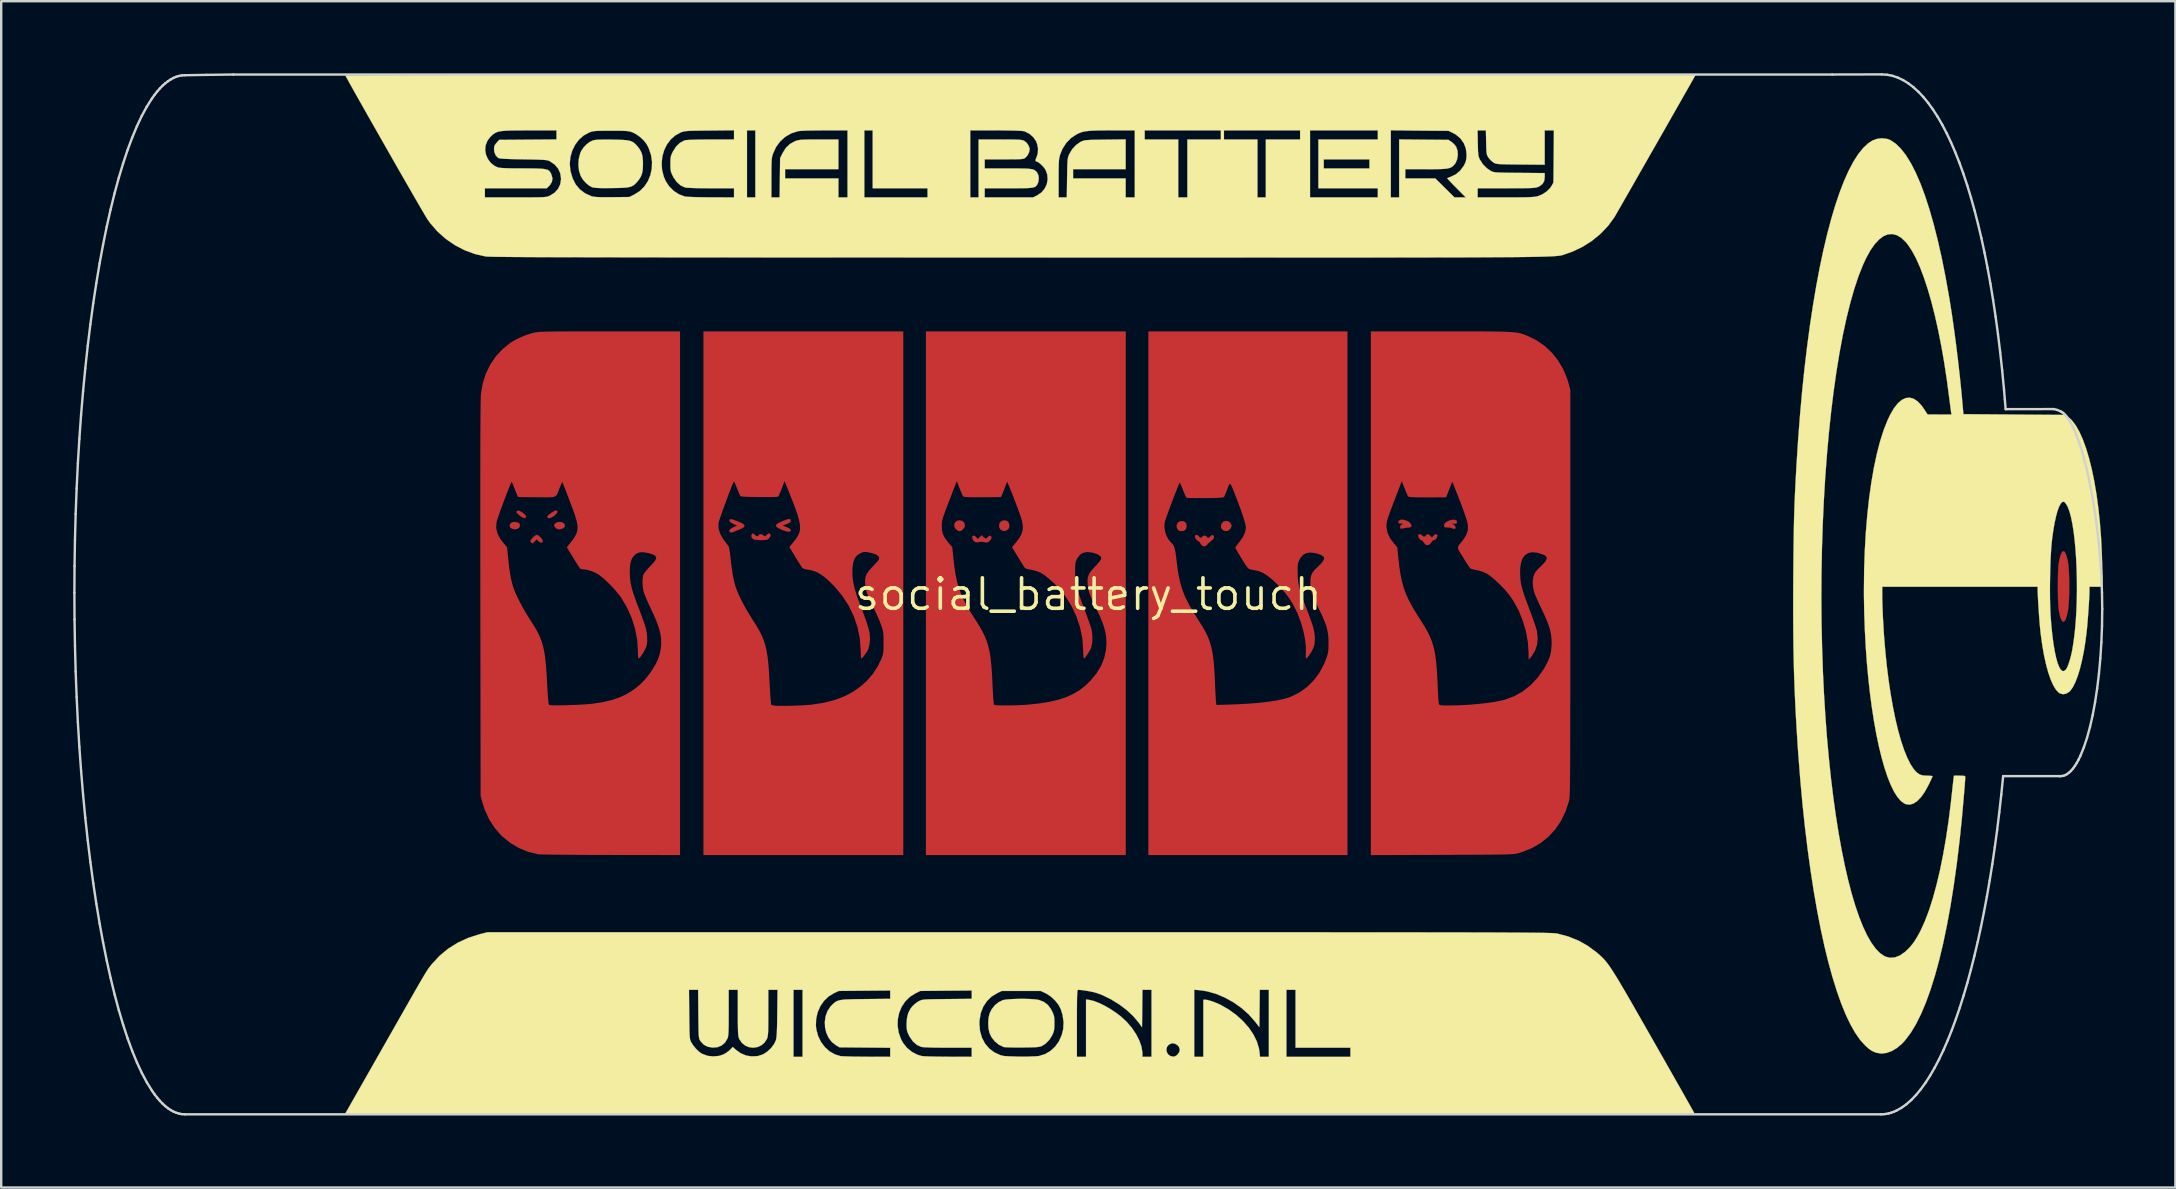
<source format=kicad_pcb>
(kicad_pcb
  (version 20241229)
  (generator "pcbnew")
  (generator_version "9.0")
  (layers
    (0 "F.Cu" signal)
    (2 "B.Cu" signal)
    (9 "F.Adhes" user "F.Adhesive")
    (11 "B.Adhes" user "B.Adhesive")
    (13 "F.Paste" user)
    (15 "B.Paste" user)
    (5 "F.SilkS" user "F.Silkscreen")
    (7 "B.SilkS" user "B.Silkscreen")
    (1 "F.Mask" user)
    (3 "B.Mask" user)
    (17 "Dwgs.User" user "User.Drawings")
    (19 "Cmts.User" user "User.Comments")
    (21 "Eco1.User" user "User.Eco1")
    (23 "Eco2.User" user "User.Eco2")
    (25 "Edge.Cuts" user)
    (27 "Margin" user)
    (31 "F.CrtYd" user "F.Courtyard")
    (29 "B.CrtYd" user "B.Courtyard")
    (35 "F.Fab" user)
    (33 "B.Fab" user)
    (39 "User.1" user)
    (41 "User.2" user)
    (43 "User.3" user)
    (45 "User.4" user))
  (footprint "social_battery_touch"
    (layer "F.Cu")
    (at 42.302 21.718)
    (property "Reference" "social_battery_touch" (at 0 0 0) (layer "F.SilkS") (effects (font (size 1.27 1.27) (thickness 0.15))))
    (attr through_hole)
    (fp_poly (pts (xy -23.791 -2.999) (xy -23.711 -2.951) (xy -23.686 -2.876) (xy -23.713 -2.792) (xy -23.785 -2.735) (xy -23.887 -2.713) (xy -24.002 -2.732) (xy -24.008 -2.734) (xy -24.084 -2.786) (xy -24.111 -2.856) (xy -24.094 -2.928) (xy -24.036 -2.986) (xy -23.943 -3.015) (xy -23.92 -3.016) (xy -23.791 -2.999)) (stroke (width 0.01) (type solid)) (fill yes) (layer "F.Cu"))
    (fp_poly (pts (xy -23.697 -3.472) (xy -23.612 -3.426) (xy -23.527 -3.362) (xy -23.46 -3.295) (xy -23.432 -3.238) (xy -23.431 -3.236) (xy -23.452 -3.185) (xy -23.51 -3.181) (xy -23.603 -3.223) (xy -23.699 -3.289) (xy -23.794 -3.373) (xy -23.831 -3.434) (xy -23.808 -3.472) (xy -23.762 -3.486) (xy -23.697 -3.472)) (stroke (width 0.01) (type solid)) (fill yes) (layer "F.Cu"))
    (fp_poly (pts (xy 5.856 -3.033) (xy 5.91 -2.986) (xy 5.962 -2.894) (xy 5.955 -2.804) (xy 5.903 -2.719) (xy 5.815 -2.651) (xy 5.711 -2.637) (xy 5.612 -2.678) (xy 5.588 -2.699) (xy 5.534 -2.79) (xy 5.532 -2.888) (xy 5.574 -2.976) (xy 5.653 -3.039) (xy 5.747 -3.059) (xy 5.856 -3.033)) (stroke (width 0.01) (type solid)) (fill yes) (layer "F.Cu"))
    (fp_poly (pts (xy -21.92 -2.997) (xy -21.844 -2.948) (xy -21.811 -2.882) (xy -21.823 -2.813) (xy -21.884 -2.755) (xy -21.971 -2.723) (xy -22.059 -2.717) (xy -22.114 -2.722) (xy -22.19 -2.762) (xy -22.244 -2.83) (xy -22.257 -2.877) (xy -22.228 -2.945) (xy -22.152 -2.995) (xy -22.046 -3.016) (xy -22.035 -3.016) (xy -21.92 -2.997)) (stroke (width 0.01) (type solid)) (fill yes) (layer "F.Cu"))
    (fp_poly (pts (xy -22.137 -3.474) (xy -22.132 -3.427) (xy -22.169 -3.361) (xy -22.245 -3.287) (xy -22.263 -3.273) (xy -22.385 -3.198) (xy -22.474 -3.176) (xy -22.521 -3.196) (xy -22.542 -3.24) (xy -22.543 -3.242) (xy -22.518 -3.279) (xy -22.455 -3.334) (xy -22.372 -3.395) (xy -22.287 -3.45) (xy -22.217 -3.485) (xy -22.189 -3.493) (xy -22.137 -3.474)) (stroke (width 0.01) (type solid)) (fill yes) (layer "F.Cu"))
    (fp_poly (pts (xy -5.249 -3.054) (xy -5.173 -2.983) (xy -5.144 -2.872) (xy -5.144 -2.865) (xy -5.169 -2.784) (xy -5.232 -2.705) (xy -5.312 -2.649) (xy -5.366 -2.635) (xy -5.433 -2.657) (xy -5.506 -2.709) (xy -5.51 -2.713) (xy -5.575 -2.813) (xy -5.585 -2.914) (xy -5.547 -3.001) (xy -5.465 -3.061) (xy -5.366 -3.08) (xy -5.249 -3.054)) (stroke (width 0.01) (type solid)) (fill yes) (layer "F.Cu"))
    (fp_poly (pts (xy 4.039 -3.004) (xy 4.046 -2.998) (xy 4.087 -2.919) (xy 4.093 -2.817) (xy 4.065 -2.723) (xy 4.038 -2.688) (xy 3.951 -2.644) (xy 3.847 -2.64) (xy 3.757 -2.674) (xy 3.736 -2.693) (xy 3.693 -2.779) (xy 3.687 -2.88) (xy 3.718 -2.969) (xy 3.739 -2.993) (xy 3.838 -3.047) (xy 3.946 -3.051) (xy 4.039 -3.004)) (stroke (width 0.01) (type solid)) (fill yes) (layer "F.Cu"))
    (fp_poly (pts (xy -3.404 -3.066) (xy -3.341 -3.017) (xy -3.305 -2.944) (xy -3.29 -2.832) (xy -3.327 -2.735) (xy -3.407 -2.669) (xy -3.415 -2.666) (xy -3.49 -2.641) (xy -3.54 -2.642) (xy -3.598 -2.67) (xy -3.604 -2.673) (xy -3.677 -2.729) (xy -3.709 -2.802) (xy -3.714 -2.876) (xy -3.688 -2.984) (xy -3.614 -3.055) (xy -3.506 -3.079) (xy -3.404 -3.066)) (stroke (width 0.01) (type solid)) (fill yes) (layer "F.Cu"))
    (fp_poly (pts (xy -22.919 -2.452) (xy -22.848 -2.392) (xy -22.783 -2.316) (xy -22.741 -2.244) (xy -22.734 -2.215) (xy -22.755 -2.17) (xy -22.809 -2.161) (xy -22.875 -2.187) (xy -22.925 -2.23) (xy -22.984 -2.302) (xy -23.066 -2.215) (xy -23.12 -2.159) (xy -23.152 -2.131) (xy -23.155 -2.13) (xy -23.186 -2.142) (xy -23.201 -2.148) (xy -23.236 -2.19) (xy -23.241 -2.219) (xy -23.217 -2.278) (xy -23.158 -2.351) (xy -23.083 -2.421) (xy -23.011 -2.467) (xy -22.977 -2.477) (xy -22.919 -2.452)) (stroke (width 0.01) (type solid)) (fill yes) (layer "F.Cu"))
    (fp_poly (pts (xy -12.439 -3.137) (xy -12.415 -3.113) (xy -12.399 -3.057) (xy -12.43 -3.007) (xy -12.514 -2.957) (xy -12.583 -2.929) (xy -12.748 -2.866) (xy -12.621 -2.814) (xy -12.503 -2.764) (xy -12.435 -2.726) (xy -12.404 -2.691) (xy -12.398 -2.664) (xy -12.425 -2.623) (xy -12.499 -2.615) (xy -12.616 -2.64) (xy -12.77 -2.695) (xy -12.787 -2.702) (xy -12.914 -2.762) (xy -12.99 -2.816) (xy -13.014 -2.868) (xy -12.984 -2.92) (xy -12.898 -2.977) (xy -12.754 -3.042) (xy -12.563 -3.114) (xy -12.482 -3.139) (xy -12.439 -3.137)) (stroke (width 0.01) (type solid)) (fill yes) (layer "F.Cu"))
    (fp_poly (pts (xy 13.205 -3.088) (xy 13.305 -3.049) (xy 13.39 -2.993) (xy 13.444 -2.925) (xy 13.456 -2.884) (xy 13.457 -2.833) (xy 13.433 -2.806) (xy 13.371 -2.792) (xy 13.313 -2.785) (xy 13.206 -2.771) (xy 13.115 -2.754) (xy 13.089 -2.747) (xy 13.026 -2.742) (xy 12.999 -2.773) (xy 12.999 -2.847) (xy 13.059 -2.906) (xy 13.092 -2.921) (xy 13.127 -2.939) (xy 13.109 -2.948) (xy 13.041 -2.951) (xy 12.961 -2.959) (xy 12.927 -2.985) (xy 12.922 -3.013) (xy 12.947 -3.073) (xy 13.012 -3.104) (xy 13.102 -3.108) (xy 13.205 -3.088)) (stroke (width 0.01) (type solid)) (fill yes) (layer "F.Cu"))
    (fp_poly (pts (xy 15.335 -3.077) (xy 15.362 -3.022) (xy 15.361 -3.006) (xy 15.344 -2.959) (xy 15.297 -2.944) (xy 15.24 -2.945) (xy 15.129 -2.954) (xy 15.216 -2.905) (xy 15.276 -2.853) (xy 15.303 -2.795) (xy 15.292 -2.748) (xy 15.248 -2.731) (xy 15.172 -2.748) (xy 15.145 -2.762) (xy 15.084 -2.782) (xy 14.992 -2.793) (xy 14.962 -2.794) (xy 14.877 -2.798) (xy 14.838 -2.816) (xy 14.827 -2.859) (xy 14.827 -2.874) (xy 14.852 -2.95) (xy 14.93 -3.017) (xy 15.051 -3.074) (xy 15.167 -3.104) (xy 15.265 -3.104) (xy 15.335 -3.077)) (stroke (width 0.01) (type solid)) (fill yes) (layer "F.Cu"))
    (fp_poly (pts (xy -14.868 -3.124) (xy -14.78 -3.1) (xy -14.664 -3.059) (xy -14.605 -3.036) (xy -14.473 -2.98) (xy -14.392 -2.938) (xy -14.349 -2.902) (xy -14.335 -2.865) (xy -14.335 -2.857) (xy -14.345 -2.82) (xy -14.381 -2.784) (xy -14.455 -2.743) (xy -14.576 -2.691) (xy -14.603 -2.68) (xy -14.721 -2.633) (xy -14.813 -2.597) (xy -14.865 -2.577) (xy -14.873 -2.574) (xy -14.899 -2.586) (xy -14.915 -2.593) (xy -14.958 -2.631) (xy -14.947 -2.683) (xy -14.885 -2.741) (xy -14.788 -2.793) (xy -14.621 -2.863) (xy -14.788 -2.938) (xy -14.892 -2.996) (xy -14.948 -3.052) (xy -14.952 -3.1) (xy -14.914 -3.129) (xy -14.868 -3.124)) (stroke (width 0.01) (type solid)) (fill yes) (layer "F.Cu"))
    (fp_poly (pts (xy -4.372 -2.387) (xy -4.297 -2.33) (xy -4.242 -2.327) (xy -4.191 -2.377) (xy -4.185 -2.387) (xy -4.128 -2.437) (xy -4.086 -2.435) (xy -4.038 -2.392) (xy -4.046 -2.325) (xy -4.106 -2.241) (xy -4.114 -2.234) (xy -4.184 -2.178) (xy -4.255 -2.167) (xy -4.296 -2.173) (xy -4.409 -2.191) (xy -4.5 -2.191) (xy -4.572 -2.18) (xy -4.656 -2.174) (xy -4.707 -2.18) (xy -4.763 -2.22) (xy -4.811 -2.292) (xy -4.837 -2.369) (xy -4.835 -2.405) (xy -4.796 -2.442) (xy -4.736 -2.431) (xy -4.67 -2.377) (xy -4.667 -2.373) (xy -4.609 -2.302) (xy -4.527 -2.379) (xy -4.445 -2.456) (xy -4.372 -2.387)) (stroke (width 0.01) (type solid)) (fill yes) (layer "F.Cu"))
    (fp_poly (pts (xy -13.926 -2.507) (xy -13.906 -2.483) (xy -13.838 -2.426) (xy -13.777 -2.418) (xy -13.736 -2.461) (xy -13.693 -2.501) (xy -13.657 -2.508) (xy -13.586 -2.485) (xy -13.557 -2.461) (xy -13.494 -2.417) (xy -13.432 -2.436) (xy -13.392 -2.482) (xy -13.335 -2.532) (xy -13.293 -2.531) (xy -13.246 -2.487) (xy -13.252 -2.42) (xy -13.311 -2.339) (xy -13.314 -2.336) (xy -13.358 -2.299) (xy -13.411 -2.277) (xy -13.489 -2.266) (xy -13.61 -2.263) (xy -13.646 -2.263) (xy -13.806 -2.269) (xy -13.918 -2.286) (xy -13.965 -2.305) (xy -14.026 -2.373) (xy -14.043 -2.449) (xy -14.013 -2.512) (xy -14.011 -2.514) (xy -13.968 -2.534) (xy -13.926 -2.507)) (stroke (width 0.01) (type solid)) (fill yes) (layer "F.Cu"))
    (fp_poly (pts (xy 4.571 -2.451) (xy 4.604 -2.413) (xy 4.654 -2.36) (xy 4.711 -2.355) (xy 4.751 -2.397) (xy 4.794 -2.435) (xy 4.842 -2.445) (xy 4.906 -2.426) (xy 4.933 -2.397) (xy 4.974 -2.354) (xy 5.033 -2.362) (xy 5.092 -2.417) (xy 5.148 -2.465) (xy 5.189 -2.466) (xy 5.233 -2.423) (xy 5.231 -2.357) (xy 5.187 -2.289) (xy 5.156 -2.264) (xy 4.99 -2.121) (xy 4.928 -2.05) (xy 4.857 -2.005) (xy 4.775 -2.016) (xy 4.72 -2.058) (xy 4.679 -2.114) (xy 4.666 -2.146) (xy 4.641 -2.18) (xy 4.58 -2.228) (xy 4.563 -2.239) (xy 4.493 -2.3) (xy 4.453 -2.37) (xy 4.446 -2.432) (xy 4.475 -2.471) (xy 4.505 -2.477) (xy 4.571 -2.451)) (stroke (width 0.01) (type solid)) (fill yes) (layer "F.Cu"))
    (fp_poly (pts (xy 13.886 -2.473) (xy 13.914 -2.445) (xy 13.98 -2.403) (xy 14.043 -2.415) (xy 14.078 -2.463) (xy 14.118 -2.504) (xy 14.182 -2.488) (xy 14.248 -2.437) (xy 14.325 -2.365) (xy 14.383 -2.437) (xy 14.449 -2.495) (xy 14.505 -2.505) (xy 14.538 -2.466) (xy 14.541 -2.434) (xy 14.516 -2.352) (xy 14.456 -2.284) (xy 14.381 -2.254) (xy 14.377 -2.254) (xy 14.33 -2.228) (xy 14.294 -2.177) (xy 14.228 -2.091) (xy 14.14 -2.053) (xy 14.089 -2.056) (xy 14.036 -2.091) (xy 13.986 -2.159) (xy 13.985 -2.161) (xy 13.939 -2.225) (xy 13.894 -2.254) (xy 13.892 -2.254) (xy 13.838 -2.281) (xy 13.785 -2.344) (xy 13.752 -2.42) (xy 13.748 -2.452) (xy 13.769 -2.498) (xy 13.822 -2.505) (xy 13.886 -2.473)) (stroke (width 0.01) (type solid)) (fill yes) (layer "F.Cu"))
    (fp_poly (pts (xy 40.712 -1.732) (xy 40.762 -1.608) (xy 40.809 -1.421) (xy 40.822 -1.355) (xy 40.844 -1.198) (xy 40.86 -0.992) (xy 40.871 -0.751) (xy 40.876 -0.487) (xy 40.876 -0.215) (xy 40.871 0.052) (xy 40.86 0.3) (xy 40.844 0.514) (xy 40.823 0.682) (xy 40.82 0.698) (xy 40.776 0.898) (xy 40.729 1.04) (xy 40.679 1.121) (xy 40.628 1.142) (xy 40.577 1.102) (xy 40.533 1.016) (xy 40.493 0.899) (xy 40.461 0.766) (xy 40.437 0.609) (xy 40.421 0.418) (xy 40.41 0.188) (xy 40.405 -0.092) (xy 40.404 -0.365) (xy 40.406 -0.646) (xy 40.411 -0.872) (xy 40.418 -1.053) (xy 40.428 -1.199) (xy 40.443 -1.318) (xy 40.459 -1.41) (xy 40.507 -1.6) (xy 40.557 -1.728) (xy 40.609 -1.792) (xy 40.661 -1.794) (xy 40.712 -1.732)) (stroke (width 0.01) (type solid)) (fill yes) (layer "F.Cu"))
    (fp_poly (pts (xy -7.723 -0.056) (xy -7.715 10.858) (xy -16.034 10.858) (xy -16.026 -0.056) (xy -16.018 -10.97) (xy -7.731 -10.97) (xy -7.723 -0.056)) (stroke (width 0.01) (type solid)) (fill yes) (layer "F.Mask"))
    (fp_poly (pts (xy 1.548 -0.056) (xy 1.556 10.858) (xy -6.763 10.858) (xy -6.755 -0.056) (xy -6.747 -10.97) (xy 1.54 -10.97) (xy 1.548 -0.056)) (stroke (width 0.01) (type solid)) (fill yes) (layer "F.Mask"))
    (fp_poly (pts (xy 10.795 10.858) (xy 2.508 10.858) (xy 2.516 -0.056) (xy 2.524 -10.97) (xy 6.66 -10.978) (xy 10.795 -10.986) (xy 10.795 10.858)) (stroke (width 0.01) (type solid)) (fill yes) (layer "F.Mask"))
    (fp_poly (pts (xy 40.712 -1.732) (xy 40.762 -1.608) (xy 40.809 -1.421) (xy 40.822 -1.355) (xy 40.844 -1.198) (xy 40.86 -0.992) (xy 40.871 -0.751) (xy 40.876 -0.487) (xy 40.876 -0.215) (xy 40.871 0.052) (xy 40.86 0.3) (xy 40.844 0.514) (xy 40.823 0.682) (xy 40.82 0.698) (xy 40.776 0.898) (xy 40.729 1.04) (xy 40.679 1.121) (xy 40.628 1.142) (xy 40.577 1.102) (xy 40.533 1.016) (xy 40.493 0.899) (xy 40.461 0.766) (xy 40.437 0.609) (xy 40.421 0.418) (xy 40.41 0.188) (xy 40.405 -0.092) (xy 40.404 -0.365) (xy 40.406 -0.646) (xy 40.411 -0.872) (xy 40.418 -1.053) (xy 40.428 -1.199) (xy 40.443 -1.318) (xy 40.459 -1.41) (xy 40.507 -1.6) (xy 40.557 -1.728) (xy 40.609 -1.792) (xy 40.661 -1.794) (xy 40.712 -1.732)) (stroke (width 0.01) (type solid)) (fill yes) (layer "F.Mask"))
    (fp_poly (pts (xy -17.018 10.858) (xy -19.899 10.855) (xy -20.325 10.854) (xy -20.735 10.853) (xy -21.125 10.851) (xy -21.49 10.849) (xy -21.824 10.846) (xy -22.124 10.843) (xy -22.385 10.84) (xy -22.6 10.836) (xy -22.767 10.833) (xy -22.88 10.829) (xy -22.934 10.825) (xy -22.934 10.825) (xy -23.338 10.726) (xy -23.724 10.568) (xy -24.083 10.355) (xy -24.409 10.093) (xy -24.475 10.029) (xy -24.744 9.716) (xy -24.971 9.36) (xy -25.149 8.971) (xy -25.248 8.664) (xy -25.319 8.398) (xy -25.33 0.191) (xy -25.331 -0.766) (xy -25.332 -1.659) (xy -25.332 -2.491) (xy -25.332 -3.264) (xy -25.332 -3.977) (xy -25.332 -4.632) (xy -25.331 -5.23) (xy -25.33 -5.772) (xy -25.329 -6.26) (xy -25.328 -6.694) (xy -25.326 -7.076) (xy -25.324 -7.407) (xy -25.321 -7.687) (xy -25.318 -7.918) (xy -25.315 -8.101) (xy -25.312 -8.238) (xy -25.308 -8.328) (xy -25.305 -8.361) (xy -25.232 -8.79) (xy -25.102 -9.195) (xy -24.919 -9.571) (xy -24.686 -9.914) (xy -24.403 -10.219) (xy -24.076 -10.482) (xy -23.891 -10.593) (xy -23.667 -10.703) (xy -23.43 -10.8) (xy -23.203 -10.874) (xy -23.142 -10.889) (xy -23.095 -10.9) (xy -23.047 -10.91) (xy -22.994 -10.918) (xy -22.932 -10.925) (xy -22.857 -10.932) (xy -22.763 -10.937) (xy -22.649 -10.941) (xy -22.508 -10.944) (xy -22.337 -10.947) (xy -22.133 -10.949) (xy -21.889 -10.951) (xy -21.603 -10.952) (xy -21.271 -10.953) (xy -20.887 -10.953) (xy -20.448 -10.953) (xy -19.95 -10.954) (xy -19.947 -10.954) (xy -17.018 -10.954) (xy -17.018 10.858)) (stroke (width 0.01) (type solid)) (fill yes) (layer "F.Mask"))
    (fp_poly (pts (xy 15.668 -10.954) (xy 16.069 -10.953) (xy 16.418 -10.952) (xy 16.721 -10.95) (xy 16.982 -10.947) (xy 17.204 -10.943) (xy 17.393 -10.937) (xy 17.552 -10.93) (xy 17.686 -10.92) (xy 17.798 -10.909) (xy 17.893 -10.895) (xy 17.976 -10.878) (xy 18.05 -10.859) (xy 18.12 -10.836) (xy 18.189 -10.811) (xy 18.263 -10.782) (xy 18.309 -10.763) (xy 18.677 -10.582) (xy 19.013 -10.349) (xy 19.312 -10.069) (xy 19.57 -9.747) (xy 19.783 -9.387) (xy 19.947 -8.995) (xy 19.998 -8.829) (xy 20.082 -8.525) (xy 20.082 -0.064) (xy 20.082 0.806) (xy 20.082 1.614) (xy 20.082 2.363) (xy 20.081 3.056) (xy 20.081 3.694) (xy 20.081 4.28) (xy 20.08 4.816) (xy 20.08 5.305) (xy 20.079 5.749) (xy 20.078 6.15) (xy 20.077 6.51) (xy 20.076 6.832) (xy 20.074 7.118) (xy 20.072 7.371) (xy 20.07 7.591) (xy 20.068 7.783) (xy 20.066 7.948) (xy 20.063 8.089) (xy 20.06 8.207) (xy 20.056 8.305) (xy 20.053 8.385) (xy 20.049 8.45) (xy 20.044 8.502) (xy 20.04 8.543) (xy 20.035 8.576) (xy 20.029 8.603) (xy 20.027 8.612) (xy 19.886 9.041) (xy 19.697 9.432) (xy 19.462 9.782) (xy 19.181 10.089) (xy 18.859 10.35) (xy 18.496 10.564) (xy 18.094 10.727) (xy 17.955 10.77) (xy 17.911 10.782) (xy 17.869 10.793) (xy 17.823 10.802) (xy 17.771 10.81) (xy 17.708 10.817) (xy 17.629 10.823) (xy 17.531 10.828) (xy 17.41 10.832) (xy 17.261 10.836) (xy 17.08 10.839) (xy 16.863 10.841) (xy 16.606 10.843) (xy 16.305 10.845) (xy 15.956 10.847) (xy 15.555 10.848) (xy 15.097 10.85) (xy 14.74 10.851) (xy 11.779 10.861) (xy 11.779 -10.954) (xy 14.698 -10.954) (xy 15.213 -10.954) (xy 15.668 -10.954)) (stroke (width 0.01) (type solid)) (fill yes) (layer "F.Mask"))
    (fp_poly (pts (xy -3.365 -4.772) (xy -3.346 -4.735) (xy -3.309 -4.648) (xy -3.257 -4.52) (xy -3.194 -4.363) (xy -3.124 -4.184) (xy -3.051 -3.995) (xy -2.978 -3.804) (xy -2.909 -3.621) (xy -2.848 -3.457) (xy -2.799 -3.32) (xy -2.776 -3.254) (xy -2.708 -3.01) (xy -2.684 -2.799) (xy -2.707 -2.608) (xy -2.779 -2.422) (xy -2.904 -2.228) (xy -2.971 -2.142) (xy -3.117 -1.963) (xy -2.894 -1.593) (xy -2.79 -1.419) (xy -2.711 -1.292) (xy -2.65 -1.203) (xy -2.599 -1.144) (xy -2.549 -1.108) (xy -2.493 -1.086) (xy -2.423 -1.072) (xy -2.351 -1.06) (xy -2.205 -1.027) (xy -2.055 -0.98) (xy -1.952 -0.938) (xy -1.842 -0.87) (xy -1.702 -0.762) (xy -1.545 -0.626) (xy -1.381 -0.472) (xy -1.22 -0.309) (xy -1.074 -0.148) (xy -0.954 0.001) (xy -0.953 0.003) (xy -0.699 0.394) (xy -0.491 0.819) (xy -0.333 1.266) (xy -0.228 1.725) (xy -0.181 2.183) (xy -0.179 2.264) (xy -0.175 2.607) (xy -0.101 2.518) (xy 0.035 2.303) (xy 0.12 2.051) (xy 0.123 2.039) (xy 0.142 1.885) (xy 0.134 1.713) (xy 0.098 1.514) (xy 0.032 1.28) (xy -0.066 1.002) (xy -0.083 0.956) (xy -0.214 0.61) (xy -0.323 0.314) (xy -0.41 0.062) (xy -0.478 -0.153) (xy -0.529 -0.341) (xy -0.565 -0.507) (xy -0.587 -0.66) (xy -0.598 -0.807) (xy -0.6 -0.955) (xy -0.595 -1.071) (xy -0.572 -1.299) (xy -0.525 -1.475) (xy -0.45 -1.608) (xy -0.344 -1.706) (xy -0.285 -1.741) (xy -0.179 -1.786) (xy -0.08 -1.802) (xy 0.032 -1.797) (xy 0.235 -1.764) (xy 0.398 -1.712) (xy 0.515 -1.642) (xy 0.581 -1.56) (xy 0.589 -1.467) (xy 0.586 -1.454) (xy 0.554 -1.401) (xy 0.489 -1.317) (xy 0.399 -1.215) (xy 0.33 -1.142) (xy 0.227 -1.029) (xy 0.136 -0.918) (xy 0.071 -0.826) (xy 0.049 -0.786) (xy 0.005 -0.6) (xy 0.011 -0.378) (xy 0.069 -0.122) (xy 0.177 0.168) (xy 0.277 0.379) (xy 0.359 0.544) (xy 0.444 0.719) (xy 0.52 0.88) (xy 0.559 0.966) (xy 0.698 1.353) (xy 0.775 1.737) (xy 0.79 2.115) (xy 0.743 2.484) (xy 0.635 2.84) (xy 0.468 3.179) (xy 0.242 3.499) (xy -0.034 3.788) (xy -0.283 3.989) (xy -0.557 4.16) (xy -0.863 4.303) (xy -1.206 4.42) (xy -1.592 4.512) (xy -2.028 4.583) (xy -2.518 4.633) (xy -2.538 4.635) (xy -2.701 4.645) (xy -2.89 4.653) (xy -3.093 4.659) (xy -3.298 4.662) (xy -3.494 4.663) (xy -3.67 4.662) (xy -3.812 4.658) (xy -3.91 4.651) (xy -3.941 4.646) (xy -3.961 4.633) (xy -3.976 4.599) (xy -3.988 4.536) (xy -3.998 4.435) (xy -4.006 4.287) (xy -4.015 4.102) (xy -4.03 3.75) (xy -4.044 3.453) (xy -4.058 3.204) (xy -4.074 2.995) (xy -4.09 2.819) (xy -4.109 2.667) (xy -4.131 2.533) (xy -4.156 2.407) (xy -4.185 2.286) (xy -4.246 2.065) (xy -4.311 1.871) (xy -4.388 1.69) (xy -4.485 1.504) (xy -4.608 1.297) (xy -4.727 1.111) (xy -4.873 0.88) (xy -5.016 0.635) (xy -5.151 0.388) (xy -5.27 0.152) (xy -5.368 -0.061) (xy -5.438 -0.239) (xy -5.454 -0.286) (xy -5.514 -0.52) (xy -5.57 -0.809) (xy -5.621 -1.144) (xy -5.663 -1.515) (xy -5.705 -1.934) (xy -5.856 -2.118) (xy -5.975 -2.268) (xy -6.056 -2.391) (xy -6.106 -2.504) (xy -6.132 -2.626) (xy -6.141 -2.774) (xy -6.142 -2.857) (xy -6.14 -3.159) (xy -5.824 -3.964) (xy -5.74 -4.175) (xy -5.662 -4.366) (xy -5.594 -4.527) (xy -5.538 -4.653) (xy -5.498 -4.735) (xy -5.477 -4.765) (xy -5.477 -4.765) (xy -5.454 -4.736) (xy -5.415 -4.659) (xy -5.366 -4.547) (xy -5.323 -4.437) (xy -5.272 -4.304) (xy -5.226 -4.194) (xy -5.191 -4.12) (xy -5.176 -4.096) (xy -5.138 -4.091) (xy -5.046 -4.087) (xy -4.908 -4.084) (xy -4.735 -4.082) (xy -4.535 -4.08) (xy -4.409 -4.08) (xy -3.669 -4.08) (xy -3.529 -4.439) (xy -3.473 -4.574) (xy -3.424 -4.682) (xy -3.387 -4.752) (xy -3.366 -4.773) (xy -3.365 -4.772)) (stroke (width 0.01) (type solid)) (fill yes) (layer "B.Mask"))
    (fp_poly (pts (xy 13.089 -4.735) (xy 13.128 -4.659) (xy 13.176 -4.546) (xy 13.225 -4.421) (xy 13.352 -4.08) (xy 14.875 -4.08) (xy 15.006 -4.412) (xy 15.061 -4.546) (xy 15.11 -4.655) (xy 15.147 -4.729) (xy 15.165 -4.753) (xy 15.188 -4.729) (xy 15.227 -4.653) (xy 15.28 -4.534) (xy 15.344 -4.381) (xy 15.415 -4.201) (xy 15.49 -4.005) (xy 15.566 -3.8) (xy 15.639 -3.594) (xy 15.707 -3.397) (xy 15.767 -3.218) (xy 15.814 -3.064) (xy 15.847 -2.945) (xy 15.859 -2.884) (xy 15.858 -2.691) (xy 15.802 -2.489) (xy 15.696 -2.295) (xy 15.654 -2.238) (xy 15.563 -2.126) (xy 15.501 -2.045) (xy 15.468 -1.98) (xy 15.464 -1.918) (xy 15.489 -1.846) (xy 15.544 -1.748) (xy 15.627 -1.612) (xy 15.655 -1.567) (xy 15.743 -1.424) (xy 15.823 -1.298) (xy 15.889 -1.199) (xy 15.931 -1.14) (xy 15.937 -1.133) (xy 16.006 -1.093) (xy 16.121 -1.06) (xy 16.193 -1.048) (xy 16.371 -1.011) (xy 16.537 -0.949) (xy 16.702 -0.857) (xy 16.876 -0.727) (xy 17.071 -0.553) (xy 17.162 -0.464) (xy 17.422 -0.189) (xy 17.636 0.077) (xy 17.817 0.353) (xy 17.977 0.655) (xy 17.989 0.68) (xy 18.134 1.034) (xy 18.25 1.416) (xy 18.333 1.805) (xy 18.377 2.18) (xy 18.383 2.364) (xy 18.383 2.616) (xy 18.466 2.506) (xy 18.6 2.283) (xy 18.674 2.045) (xy 18.689 1.787) (xy 18.659 1.57) (xy 18.633 1.473) (xy 18.588 1.33) (xy 18.529 1.152) (xy 18.458 0.953) (xy 18.381 0.744) (xy 18.354 0.673) (xy 18.241 0.372) (xy 18.151 0.119) (xy 18.082 -0.097) (xy 18.03 -0.285) (xy 17.995 -0.455) (xy 17.973 -0.619) (xy 17.961 -0.785) (xy 17.958 -0.921) (xy 17.964 -1.159) (xy 17.988 -1.346) (xy 18.033 -1.49) (xy 18.101 -1.602) (xy 18.165 -1.665) (xy 18.292 -1.747) (xy 18.433 -1.787) (xy 18.603 -1.785) (xy 18.739 -1.763) (xy 18.915 -1.717) (xy 19.036 -1.661) (xy 19.108 -1.592) (xy 19.139 -1.503) (xy 19.139 -1.496) (xy 19.139 -1.445) (xy 19.122 -1.395) (xy 19.08 -1.336) (xy 19.006 -1.254) (xy 18.911 -1.16) (xy 18.772 -1.018) (xy 18.675 -0.902) (xy 18.612 -0.8) (xy 18.578 -0.697) (xy 18.565 -0.582) (xy 18.563 -0.508) (xy 18.571 -0.361) (xy 18.596 -0.214) (xy 18.642 -0.056) (xy 18.712 0.125) (xy 18.809 0.341) (xy 18.895 0.516) (xy 19.081 0.915) (xy 19.219 1.28) (xy 19.309 1.615) (xy 19.352 1.928) (xy 19.347 2.225) (xy 19.294 2.513) (xy 19.194 2.796) (xy 19.047 3.083) (xy 18.943 3.25) (xy 18.676 3.598) (xy 18.375 3.893) (xy 18.041 4.135) (xy 17.676 4.323) (xy 17.281 4.454) (xy 17.113 4.491) (xy 16.763 4.548) (xy 16.357 4.594) (xy 15.906 4.63) (xy 15.416 4.653) (xy 15.297 4.657) (xy 14.608 4.677) (xy 14.577 4.601) (xy 14.567 4.549) (xy 14.556 4.444) (xy 14.544 4.293) (xy 14.532 4.107) (xy 14.521 3.893) (xy 14.511 3.672) (xy 14.495 3.344) (xy 14.479 3.07) (xy 14.459 2.838) (xy 14.434 2.638) (xy 14.404 2.46) (xy 14.367 2.293) (xy 14.321 2.126) (xy 14.297 2.05) (xy 14.249 1.906) (xy 14.2 1.778) (xy 14.142 1.654) (xy 14.07 1.52) (xy 13.976 1.365) (xy 13.855 1.174) (xy 13.811 1.107) (xy 13.676 0.893) (xy 13.54 0.661) (xy 13.41 0.426) (xy 13.293 0.2) (xy 13.196 -0.003) (xy 13.126 -0.171) (xy 13.113 -0.207) (xy 13.059 -0.387) (xy 13.01 -0.603) (xy 12.965 -0.862) (xy 12.921 -1.173) (xy 12.894 -1.4) (xy 12.835 -1.927) (xy 12.688 -2.108) (xy 12.568 -2.263) (xy 12.486 -2.391) (xy 12.435 -2.509) (xy 12.409 -2.636) (xy 12.4 -2.789) (xy 12.399 -2.842) (xy 12.4 -2.927) (xy 12.403 -3) (xy 12.411 -3.071) (xy 12.427 -3.147) (xy 12.453 -3.238) (xy 12.491 -3.352) (xy 12.545 -3.497) (xy 12.616 -3.684) (xy 12.707 -3.921) (xy 12.716 -3.945) (xy 12.8 -4.158) (xy 12.878 -4.351) (xy 12.947 -4.515) (xy 13.003 -4.644) (xy 13.043 -4.728) (xy 13.065 -4.762) (xy 13.066 -4.763) (xy 13.089 -4.735)) (stroke (width 0.01) (type solid)) (fill yes) (layer "B.Mask"))
    (fp_poly (pts (xy -21.923 -4.751) (xy -21.887 -4.68) (xy -21.836 -4.567) (xy -21.775 -4.421) (xy -21.705 -4.25) (xy -21.631 -4.063) (xy -21.557 -3.87) (xy -21.485 -3.679) (xy -21.42 -3.498) (xy -21.364 -3.337) (xy -21.339 -3.262) (xy -21.272 -3.012) (xy -21.247 -2.799) (xy -21.264 -2.61) (xy -21.327 -2.432) (xy -21.437 -2.252) (xy -21.522 -2.144) (xy -21.59 -2.058) (xy -21.637 -1.99) (xy -21.654 -1.956) (xy -21.638 -1.919) (xy -21.595 -1.839) (xy -21.532 -1.73) (xy -21.456 -1.603) (xy -21.375 -1.47) (xy -21.295 -1.341) (xy -21.224 -1.231) (xy -21.169 -1.149) (xy -21.138 -1.108) (xy -21.136 -1.106) (xy -21.088 -1.091) (xy -21 -1.075) (xy -20.926 -1.064) (xy -20.676 -1.003) (xy -20.422 -0.88) (xy -20.21 -0.731) (xy -19.857 -0.411) (xy -19.546 -0.046) (xy -19.28 0.355) (xy -19.063 0.787) (xy -18.899 1.241) (xy -18.79 1.711) (xy -18.741 2.173) (xy -18.723 2.584) (xy -18.632 2.476) (xy -18.527 2.309) (xy -18.452 2.108) (xy -18.417 1.899) (xy -18.415 1.846) (xy -18.42 1.741) (xy -18.435 1.626) (xy -18.464 1.495) (xy -18.508 1.34) (xy -18.569 1.152) (xy -18.651 0.924) (xy -18.754 0.647) (xy -18.789 0.556) (xy -18.901 0.255) (xy -18.989 0.001) (xy -19.054 -0.219) (xy -19.099 -0.415) (xy -19.127 -0.599) (xy -19.141 -0.783) (xy -19.142 -0.977) (xy -19.14 -1.031) (xy -19.125 -1.253) (xy -19.093 -1.423) (xy -19.04 -1.551) (xy -18.961 -1.648) (xy -18.851 -1.725) (xy -18.818 -1.743) (xy -18.733 -1.782) (xy -18.664 -1.801) (xy -18.587 -1.802) (xy -18.478 -1.787) (xy -18.443 -1.782) (xy -18.31 -1.755) (xy -18.185 -1.72) (xy -18.104 -1.69) (xy -18.025 -1.645) (xy -17.989 -1.59) (xy -17.976 -1.511) (xy -17.974 -1.454) (xy -17.985 -1.405) (xy -18.017 -1.352) (xy -18.076 -1.285) (xy -18.172 -1.189) (xy -18.208 -1.154) (xy -18.347 -1.013) (xy -18.442 -0.894) (xy -18.501 -0.781) (xy -18.532 -0.661) (xy -18.542 -0.517) (xy -18.542 -0.491) (xy -18.531 -0.337) (xy -18.498 -0.17) (xy -18.438 0.019) (xy -18.349 0.239) (xy -18.229 0.499) (xy -18.177 0.603) (xy -18.016 0.946) (xy -17.896 1.253) (xy -17.815 1.533) (xy -17.771 1.797) (xy -17.761 2.054) (xy -17.778 2.283) (xy -17.838 2.549) (xy -17.948 2.831) (xy -18.101 3.115) (xy -18.289 3.391) (xy -18.506 3.648) (xy -18.745 3.872) (xy -18.773 3.896) (xy -19.011 4.07) (xy -19.26 4.216) (xy -19.529 4.337) (xy -19.826 4.436) (xy -20.159 4.516) (xy -20.537 4.578) (xy -20.967 4.626) (xy -21.066 4.635) (xy -21.234 4.646) (xy -21.424 4.655) (xy -21.627 4.661) (xy -21.832 4.665) (xy -22.027 4.666) (xy -22.203 4.664) (xy -22.348 4.659) (xy -22.452 4.651) (xy -22.503 4.641) (xy -22.504 4.64) (xy -22.518 4.613) (xy -22.531 4.547) (xy -22.544 4.437) (xy -22.557 4.279) (xy -22.57 4.069) (xy -22.585 3.801) (xy -22.59 3.696) (xy -22.608 3.357) (xy -22.627 3.073) (xy -22.648 2.832) (xy -22.672 2.627) (xy -22.701 2.448) (xy -22.736 2.284) (xy -22.779 2.127) (xy -22.814 2.016) (xy -22.864 1.87) (xy -22.917 1.738) (xy -22.981 1.607) (xy -23.06 1.464) (xy -23.163 1.296) (xy -23.296 1.09) (xy -23.305 1.076) (xy -23.423 0.888) (xy -23.55 0.672) (xy -23.672 0.455) (xy -23.768 0.27) (xy -23.852 0.095) (xy -23.923 -0.069) (xy -23.983 -0.229) (xy -24.034 -0.395) (xy -24.079 -0.576) (xy -24.118 -0.782) (xy -24.155 -1.02) (xy -24.191 -1.301) (xy -24.229 -1.632) (xy -24.244 -1.77) (xy -24.262 -1.875) (xy -24.298 -1.961) (xy -24.364 -2.055) (xy -24.405 -2.104) (xy -24.566 -2.323) (xy -24.668 -2.539) (xy -24.712 -2.761) (xy -24.702 -2.996) (xy -24.7 -3.011) (xy -24.68 -3.088) (xy -24.641 -3.213) (xy -24.586 -3.376) (xy -24.518 -3.568) (xy -24.44 -3.777) (xy -24.381 -3.932) (xy -24.301 -4.138) (xy -24.228 -4.327) (xy -24.166 -4.488) (xy -24.117 -4.614) (xy -24.085 -4.696) (xy -24.074 -4.724) (xy -24.052 -4.755) (xy -24.022 -4.743) (xy -23.982 -4.682) (xy -23.928 -4.569) (xy -23.864 -4.412) (xy -23.733 -4.08) (xy -22.991 -4.079) (xy -22.75 -4.078) (xy -22.565 -4.078) (xy -22.425 -4.083) (xy -22.324 -4.095) (xy -22.252 -4.12) (xy -22.201 -4.16) (xy -22.162 -4.22) (xy -22.127 -4.302) (xy -22.088 -4.411) (xy -22.064 -4.477) (xy -22.017 -4.599) (xy -21.976 -4.698) (xy -21.947 -4.76) (xy -21.94 -4.772) (xy -21.923 -4.751)) (stroke (width 0.01) (type solid)) (fill yes) (layer "B.Mask"))
    (fp_poly (pts (xy -14.742 -4.766) (xy -14.705 -4.691) (xy -14.657 -4.581) (xy -14.619 -4.485) (xy -14.566 -4.351) (xy -14.517 -4.238) (xy -14.479 -4.159) (xy -14.462 -4.133) (xy -14.434 -4.119) (xy -14.377 -4.108) (xy -14.284 -4.1) (xy -14.148 -4.095) (xy -13.962 -4.092) (xy -13.72 -4.091) (xy -13.701 -4.091) (xy -13.492 -4.092) (xy -13.305 -4.095) (xy -13.149 -4.1) (xy -13.032 -4.106) (xy -12.965 -4.113) (xy -12.953 -4.117) (xy -12.931 -4.156) (xy -12.892 -4.241) (xy -12.843 -4.358) (xy -12.801 -4.461) (xy -12.748 -4.59) (xy -12.701 -4.694) (xy -12.667 -4.76) (xy -12.652 -4.778) (xy -12.632 -4.75) (xy -12.594 -4.671) (xy -12.541 -4.549) (xy -12.478 -4.393) (xy -12.406 -4.213) (xy -12.33 -4.016) (xy -12.253 -3.811) (xy -12.178 -3.608) (xy -12.111 -3.417) (xy -12.029 -3.157) (xy -11.981 -2.939) (xy -11.969 -2.753) (xy -11.994 -2.586) (xy -12.056 -2.427) (xy -12.159 -2.263) (xy -12.252 -2.143) (xy -12.32 -2.058) (xy -12.367 -1.992) (xy -12.383 -1.961) (xy -12.367 -1.926) (xy -12.324 -1.848) (xy -12.262 -1.741) (xy -12.187 -1.616) (xy -12.107 -1.484) (xy -12.029 -1.358) (xy -11.959 -1.249) (xy -11.907 -1.17) (xy -11.881 -1.135) (xy -11.813 -1.092) (xy -11.749 -1.079) (xy -11.604 -1.062) (xy -11.433 -1.016) (xy -11.263 -0.949) (xy -11.118 -0.87) (xy -10.896 -0.701) (xy -10.664 -0.487) (xy -10.435 -0.24) (xy -10.221 0.026) (xy -10.034 0.296) (xy -9.915 0.499) (xy -9.75 0.861) (xy -9.615 1.254) (xy -9.517 1.659) (xy -9.461 2.055) (xy -9.45 2.276) (xy -9.447 2.42) (xy -9.443 2.511) (xy -9.435 2.558) (xy -9.42 2.569) (xy -9.397 2.555) (xy -9.389 2.548) (xy -9.347 2.494) (xy -9.291 2.403) (xy -9.233 2.294) (xy -9.18 2.177) (xy -9.15 2.08) (xy -9.137 1.973) (xy -9.136 1.841) (xy -9.14 1.748) (xy -9.152 1.65) (xy -9.174 1.54) (xy -9.208 1.41) (xy -9.256 1.254) (xy -9.32 1.066) (xy -9.402 0.837) (xy -9.504 0.562) (xy -9.6 0.31) (xy -9.716 -0.016) (xy -9.797 -0.304) (xy -9.847 -0.569) (xy -9.869 -0.827) (xy -9.867 -1.055) (xy -9.845 -1.282) (xy -9.802 -1.457) (xy -9.733 -1.59) (xy -9.633 -1.69) (xy -9.556 -1.739) (xy -9.454 -1.785) (xy -9.361 -1.803) (xy -9.242 -1.797) (xy -9.239 -1.797) (xy -9.022 -1.763) (xy -8.858 -1.711) (xy -8.751 -1.648) (xy -8.693 -1.591) (xy -8.669 -1.531) (xy -8.682 -1.46) (xy -8.736 -1.371) (xy -8.834 -1.254) (xy -8.935 -1.146) (xy -9.077 -0.99) (xy -9.176 -0.859) (xy -9.236 -0.739) (xy -9.264 -0.617) (xy -9.265 -0.48) (xy -9.26 -0.413) (xy -9.242 -0.292) (xy -9.212 -0.167) (xy -9.165 -0.027) (xy -9.097 0.138) (xy -9.006 0.339) (xy -8.893 0.572) (xy -8.766 0.836) (xy -8.668 1.06) (xy -8.596 1.254) (xy -8.545 1.433) (xy -8.512 1.608) (xy -8.493 1.793) (xy -8.486 1.905) (xy -8.484 2.173) (xy -8.507 2.403) (xy -8.558 2.616) (xy -8.643 2.833) (xy -8.716 2.98) (xy -8.93 3.325) (xy -9.196 3.637) (xy -9.51 3.911) (xy -9.867 4.146) (xy -10.264 4.338) (xy -10.698 4.485) (xy -10.79 4.509) (xy -11.012 4.555) (xy -11.282 4.596) (xy -11.585 4.63) (xy -11.906 4.658) (xy -12.231 4.677) (xy -12.543 4.687) (xy -12.829 4.687) (xy -13.033 4.677) (xy -13.139 4.666) (xy -13.218 4.652) (xy -13.248 4.64) (xy -13.256 4.603) (xy -13.265 4.511) (xy -13.277 4.372) (xy -13.289 4.193) (xy -13.302 3.983) (xy -13.315 3.749) (xy -13.319 3.665) (xy -13.341 3.277) (xy -13.366 2.944) (xy -13.397 2.655) (xy -13.438 2.403) (xy -13.489 2.177) (xy -13.554 1.969) (xy -13.635 1.769) (xy -13.734 1.569) (xy -13.855 1.359) (xy -13.999 1.13) (xy -14.005 1.12) (xy -14.211 0.789) (xy -14.394 0.463) (xy -14.55 0.153) (xy -14.674 -0.132) (xy -14.762 -0.382) (xy -14.779 -0.445) (xy -14.831 -0.677) (xy -14.88 -0.966) (xy -14.926 -1.304) (xy -14.967 -1.684) (xy -14.971 -1.721) (xy -14.984 -1.835) (xy -15.007 -1.919) (xy -15.049 -1.998) (xy -15.119 -2.094) (xy -15.152 -2.134) (xy -15.278 -2.302) (xy -15.364 -2.447) (xy -15.415 -2.587) (xy -15.438 -2.738) (xy -15.442 -2.873) (xy -15.44 -2.959) (xy -15.434 -3.036) (xy -15.421 -3.113) (xy -15.398 -3.201) (xy -15.362 -3.311) (xy -15.311 -3.452) (xy -15.24 -3.635) (xy -15.178 -3.794) (xy -15.098 -3.998) (xy -15.023 -4.193) (xy -14.955 -4.366) (xy -14.9 -4.508) (xy -14.863 -4.605) (xy -14.854 -4.628) (xy -14.815 -4.719) (xy -14.781 -4.779) (xy -14.764 -4.794) (xy -14.742 -4.766)) (stroke (width 0.01) (type solid)) (fill yes) (layer "B.Mask"))
    (fp_poly (pts (xy 5.927 -4.734) (xy 5.962 -4.655) (xy 6.013 -4.535) (xy 6.074 -4.383) (xy 6.143 -4.208) (xy 6.216 -4.019) (xy 6.289 -3.825) (xy 6.359 -3.636) (xy 6.423 -3.46) (xy 6.476 -3.307) (xy 6.497 -3.245) (xy 6.544 -3.085) (xy 6.58 -2.935) (xy 6.601 -2.813) (xy 6.604 -2.768) (xy 6.574 -2.583) (xy 6.486 -2.38) (xy 6.342 -2.165) (xy 6.309 -2.123) (xy 6.162 -1.945) (xy 6.402 -1.552) (xy 6.49 -1.408) (xy 6.569 -1.282) (xy 6.633 -1.185) (xy 6.673 -1.127) (xy 6.681 -1.118) (xy 6.731 -1.092) (xy 6.824 -1.066) (xy 6.937 -1.046) (xy 7.157 -0.992) (xy 7.341 -0.915) (xy 7.471 -0.831) (xy 7.628 -0.707) (xy 7.799 -0.556) (xy 7.974 -0.387) (xy 8.139 -0.211) (xy 8.283 -0.041) (xy 8.32 0.007) (xy 8.468 0.226) (xy 8.615 0.485) (xy 8.751 0.762) (xy 8.865 1.035) (xy 8.935 1.246) (xy 8.987 1.45) (xy 9.032 1.676) (xy 9.069 1.908) (xy 9.096 2.126) (xy 9.108 2.313) (xy 9.107 2.415) (xy 9.102 2.515) (xy 9.1 2.583) (xy 9.101 2.604) (xy 9.12 2.579) (xy 9.163 2.516) (xy 9.216 2.437) (xy 9.316 2.265) (xy 9.374 2.103) (xy 9.399 1.926) (xy 9.402 1.804) (xy 9.397 1.711) (xy 9.382 1.608) (xy 9.355 1.488) (xy 9.314 1.343) (xy 9.257 1.167) (xy 9.182 0.954) (xy 9.087 0.695) (xy 8.969 0.386) (xy 8.961 0.365) (xy 8.86 0.09) (xy 8.786 -0.145) (xy 8.735 -0.356) (xy 8.703 -0.56) (xy 8.688 -0.773) (xy 8.685 -0.937) (xy 8.686 -1.105) (xy 8.691 -1.225) (xy 8.703 -1.314) (xy 8.724 -1.386) (xy 8.755 -1.459) (xy 8.763 -1.476) (xy 8.865 -1.627) (xy 8.995 -1.726) (xy 9.158 -1.775) (xy 9.356 -1.775) (xy 9.594 -1.726) (xy 9.597 -1.726) (xy 9.746 -1.67) (xy 9.836 -1.6) (xy 9.868 -1.515) (xy 9.842 -1.411) (xy 9.758 -1.286) (xy 9.622 -1.143) (xy 9.485 -1.006) (xy 9.39 -0.891) (xy 9.332 -0.785) (xy 9.301 -0.672) (xy 9.291 -0.537) (xy 9.291 -0.476) (xy 9.301 -0.331) (xy 9.329 -0.181) (xy 9.377 -0.017) (xy 9.45 0.172) (xy 9.551 0.395) (xy 9.657 0.613) (xy 9.741 0.788) (xy 9.825 0.976) (xy 9.899 1.154) (xy 9.946 1.28) (xy 9.987 1.402) (xy 10.015 1.502) (xy 10.032 1.597) (xy 10.042 1.705) (xy 10.046 1.843) (xy 10.046 2.016) (xy 10.045 2.197) (xy 10.041 2.33) (xy 10.031 2.433) (xy 10.014 2.523) (xy 9.986 2.615) (xy 9.945 2.727) (xy 9.942 2.736) (xy 9.765 3.125) (xy 9.543 3.471) (xy 9.28 3.77) (xy 8.977 4.022) (xy 8.635 4.224) (xy 8.258 4.374) (xy 8.24 4.379) (xy 8.082 4.419) (xy 7.87 4.458) (xy 7.617 4.496) (xy 7.331 4.531) (xy 7.024 4.563) (xy 6.707 4.591) (xy 6.389 4.613) (xy 6.082 4.628) (xy 5.795 4.635) (xy 5.703 4.636) (xy 5.305 4.636) (xy 5.289 4.532) (xy 5.283 4.473) (xy 5.275 4.36) (xy 5.266 4.203) (xy 5.257 4.012) (xy 5.246 3.797) (xy 5.238 3.604) (xy 5.218 3.206) (xy 5.191 2.863) (xy 5.154 2.564) (xy 5.106 2.301) (xy 5.043 2.063) (xy 4.964 1.843) (xy 4.867 1.63) (xy 4.748 1.415) (xy 4.643 1.245) (xy 4.431 0.911) (xy 4.255 0.617) (xy 4.109 0.353) (xy 3.991 0.108) (xy 3.895 -0.127) (xy 3.819 -0.364) (xy 3.758 -0.613) (xy 3.708 -0.883) (xy 3.666 -1.185) (xy 3.648 -1.33) (xy 3.626 -1.515) (xy 3.602 -1.682) (xy 3.58 -1.818) (xy 3.562 -1.912) (xy 3.55 -1.949) (xy 3.509 -2.012) (xy 3.442 -2.096) (xy 3.405 -2.139) (xy 3.255 -2.352) (xy 3.164 -2.586) (xy 3.133 -2.838) (xy 3.133 -2.84) (xy 3.135 -2.911) (xy 3.141 -2.98) (xy 3.155 -3.055) (xy 3.178 -3.144) (xy 3.214 -3.256) (xy 3.265 -3.4) (xy 3.334 -3.584) (xy 3.422 -3.816) (xy 3.444 -3.873) (xy 3.528 -4.088) (xy 3.605 -4.285) (xy 3.674 -4.455) (xy 3.73 -4.59) (xy 3.771 -4.683) (xy 3.793 -4.724) (xy 3.793 -4.725) (xy 3.814 -4.731) (xy 3.841 -4.704) (xy 3.877 -4.636) (xy 3.926 -4.519) (xy 3.967 -4.415) (xy 4.021 -4.278) (xy 4.068 -4.166) (xy 4.104 -4.089) (xy 4.123 -4.061) (xy 4.194 -4.056) (xy 4.31 -4.053) (xy 4.461 -4.051) (xy 4.636 -4.051) (xy 4.824 -4.052) (xy 5.015 -4.055) (xy 5.196 -4.058) (xy 5.358 -4.062) (xy 5.489 -4.067) (xy 5.58 -4.073) (xy 5.618 -4.08) (xy 5.618 -4.08) (xy 5.639 -4.121) (xy 5.676 -4.208) (xy 5.724 -4.328) (xy 5.766 -4.436) (xy 5.818 -4.568) (xy 5.862 -4.674) (xy 5.895 -4.742) (xy 5.909 -4.762) (xy 5.927 -4.734)) (stroke (width 0.01) (type solid)) (fill yes) (layer "B.Mask"))
    (fp_poly (pts (xy -19.921 -18.95) (xy -19.826 -18.949) (xy -19.576 -18.944) (xy -19.379 -18.936) (xy -19.226 -18.922) (xy -19.109 -18.9) (xy -19.017 -18.867) (xy -18.94 -18.821) (xy -18.87 -18.76) (xy -18.796 -18.68) (xy -18.796 -18.68) (xy -18.693 -18.547) (xy -18.623 -18.415) (xy -18.581 -18.266) (xy -18.562 -18.083) (xy -18.559 -17.939) (xy -18.566 -17.725) (xy -18.593 -17.556) (xy -18.644 -17.414) (xy -18.726 -17.284) (xy -18.796 -17.197) (xy -18.868 -17.119) (xy -18.937 -17.058) (xy -19.011 -17.013) (xy -19.099 -16.98) (xy -19.212 -16.958) (xy -19.358 -16.944) (xy -19.547 -16.936) (xy -19.787 -16.932) (xy -19.86 -16.931) (xy -20.109 -16.929) (xy -20.304 -16.93) (xy -20.451 -16.935) (xy -20.56 -16.943) (xy -20.637 -16.956) (xy -20.682 -16.968) (xy -20.809 -17.039) (xy -20.941 -17.15) (xy -21.06 -17.285) (xy -21.147 -17.426) (xy -21.149 -17.428) (xy -21.221 -17.648) (xy -21.249 -17.893) (xy -21.233 -18.143) (xy -21.174 -18.376) (xy -21.131 -18.476) (xy -21.032 -18.624) (xy -20.901 -18.76) (xy -20.755 -18.865) (xy -20.628 -18.921) (xy -20.537 -18.937) (xy -20.39 -18.947) (xy -20.186 -18.951) (xy -19.921 -18.95)) (stroke (width 0.01) (type solid)) (fill yes) (layer "F.SilkS"))
    (fp_poly (pts (xy -2.666 16.857) (xy -2.457 16.862) (xy -2.271 16.873) (xy -2.123 16.89) (xy -2.043 16.907) (xy -1.843 16.989) (xy -1.686 17.11) (xy -1.56 17.279) (xy -1.519 17.357) (xy -1.468 17.465) (xy -1.437 17.553) (xy -1.42 17.643) (xy -1.414 17.758) (xy -1.413 17.875) (xy -1.416 18.03) (xy -1.426 18.143) (xy -1.448 18.235) (xy -1.485 18.329) (xy -1.496 18.354) (xy -1.621 18.559) (xy -1.781 18.722) (xy -1.924 18.814) (xy -1.971 18.834) (xy -2.026 18.85) (xy -2.097 18.861) (xy -2.194 18.87) (xy -2.326 18.875) (xy -2.503 18.879) (xy -2.733 18.882) (xy -2.746 18.882) (xy -2.955 18.882) (xy -3.147 18.881) (xy -3.31 18.877) (xy -3.435 18.872) (xy -3.511 18.866) (xy -3.524 18.863) (xy -3.724 18.768) (xy -3.899 18.624) (xy -4.039 18.444) (xy -4.116 18.278) (xy -4.158 18.089) (xy -4.171 17.873) (xy -4.157 17.655) (xy -4.114 17.465) (xy -4.026 17.288) (xy -3.896 17.126) (xy -3.739 16.997) (xy -3.571 16.914) (xy -3.558 16.91) (xy -3.448 16.889) (xy -3.289 16.873) (xy -3.096 16.862) (xy -2.884 16.857) (xy -2.666 16.857)) (stroke (width 0.01) (type solid)) (fill yes) (layer "F.SilkS"))
    (fp_poly (pts (xy 33.276 -18.983) (xy 33.431 -18.926) (xy 33.65 -18.778) (xy 33.864 -18.568) (xy 34.075 -18.297) (xy 34.281 -17.964) (xy 34.481 -17.572) (xy 34.677 -17.12) (xy 34.867 -16.611) (xy 35.051 -16.044) (xy 35.229 -15.421) (xy 35.401 -14.742) (xy 35.566 -14.009) (xy 35.723 -13.221) (xy 35.873 -12.381) (xy 35.892 -12.271) (xy 35.982 -11.701) (xy 36.071 -11.082) (xy 36.158 -10.431) (xy 36.24 -9.762) (xy 36.316 -9.092) (xy 36.383 -8.435) (xy 36.411 -8.128) (xy 36.467 -7.509) (xy 38.593 -7.493) (xy 40.719 -7.477) (xy 40.821 -7.405) (xy 40.988 -7.252) (xy 41.149 -7.039) (xy 41.302 -6.77) (xy 41.446 -6.448) (xy 41.581 -6.076) (xy 41.706 -5.658) (xy 41.821 -5.196) (xy 41.923 -4.695) (xy 42.014 -4.157) (xy 42.091 -3.586) (xy 42.154 -2.986) (xy 42.203 -2.359) (xy 42.236 -1.709) (xy 42.25 -1.246) (xy 42.269 -0.318) (xy 41.719 -0.318) (xy 41.719 -0.167) (xy 41.716 -0.029) (xy 41.708 0.158) (xy 41.696 0.381) (xy 41.68 0.625) (xy 41.662 0.876) (xy 41.643 1.122) (xy 41.624 1.347) (xy 41.606 1.524) (xy 41.552 1.962) (xy 41.485 2.375) (xy 41.408 2.756) (xy 41.323 3.101) (xy 41.23 3.405) (xy 41.131 3.662) (xy 41.027 3.868) (xy 40.92 4.018) (xy 40.878 4.06) (xy 40.748 4.139) (xy 40.613 4.161) (xy 40.484 4.123) (xy 40.436 4.092) (xy 40.321 3.97) (xy 40.211 3.788) (xy 40.105 3.551) (xy 40.005 3.263) (xy 39.913 2.929) (xy 39.829 2.551) (xy 39.756 2.135) (xy 39.693 1.684) (xy 39.673 1.508) (xy 39.657 1.346) (xy 39.64 1.144) (xy 39.622 0.917) (xy 39.606 0.677) (xy 39.59 0.437) (xy 39.577 0.212) (xy 39.567 0.015) (xy 39.562 -0.141) (xy 39.561 -0.208) (xy 40.073 -0.208) (xy 40.075 0.144) (xy 40.081 0.469) (xy 40.092 0.755) (xy 40.098 0.858) (xy 40.131 1.295) (xy 40.172 1.697) (xy 40.22 2.06) (xy 40.274 2.381) (xy 40.333 2.653) (xy 40.396 2.874) (xy 40.464 3.04) (xy 40.515 3.123) (xy 40.586 3.191) (xy 40.653 3.198) (xy 40.726 3.146) (xy 40.735 3.136) (xy 40.784 3.059) (xy 40.838 2.931) (xy 40.894 2.765) (xy 40.947 2.573) (xy 40.993 2.368) (xy 41.003 2.314) (xy 41.061 1.955) (xy 41.109 1.568) (xy 41.146 1.158) (xy 41.173 0.731) (xy 41.19 0.292) (xy 41.198 -0.153) (xy 41.196 -0.598) (xy 41.185 -1.037) (xy 41.166 -1.465) (xy 41.138 -1.876) (xy 41.102 -2.264) (xy 41.058 -2.624) (xy 41.006 -2.949) (xy 40.947 -3.235) (xy 40.881 -3.474) (xy 40.807 -3.663) (xy 40.727 -3.794) (xy 40.722 -3.8) (xy 40.666 -3.854) (xy 40.62 -3.861) (xy 40.587 -3.848) (xy 40.521 -3.781) (xy 40.454 -3.656) (xy 40.388 -3.478) (xy 40.326 -3.251) (xy 40.267 -2.98) (xy 40.213 -2.671) (xy 40.166 -2.329) (xy 40.147 -2.159) (xy 40.126 -1.917) (xy 40.108 -1.625) (xy 40.093 -1.295) (xy 40.083 -0.94) (xy 40.076 -0.573) (xy 40.073 -0.208) (xy 39.561 -0.208) (xy 39.561 -0.214) (xy 39.56 -0.318) (xy 33.084 -0.318) (xy 33.084 0.027) (xy 33.085 0.171) (xy 33.09 0.361) (xy 33.097 0.58) (xy 33.106 0.81) (xy 33.116 1.019) (xy 33.156 1.688) (xy 33.209 2.34) (xy 33.273 2.97) (xy 33.349 3.576) (xy 33.435 4.152) (xy 33.531 4.697) (xy 33.635 5.205) (xy 33.747 5.674) (xy 33.866 6.098) (xy 33.992 6.475) (xy 34.123 6.801) (xy 34.259 7.072) (xy 34.399 7.285) (xy 34.434 7.327) (xy 34.544 7.441) (xy 34.652 7.511) (xy 34.778 7.546) (xy 34.944 7.556) (xy 34.955 7.556) (xy 35.065 7.56) (xy 35.145 7.568) (xy 35.179 7.58) (xy 35.179 7.581) (xy 35.166 7.618) (xy 35.129 7.699) (xy 35.076 7.814) (xy 35.01 7.95) (xy 35.006 7.958) (xy 34.855 8.232) (xy 34.7 8.451) (xy 34.542 8.614) (xy 34.385 8.718) (xy 34.229 8.762) (xy 34.077 8.746) (xy 34.009 8.718) (xy 33.86 8.609) (xy 33.714 8.439) (xy 33.572 8.213) (xy 33.435 7.932) (xy 33.303 7.6) (xy 33.177 7.22) (xy 33.057 6.796) (xy 32.944 6.33) (xy 32.838 5.825) (xy 32.741 5.285) (xy 32.652 4.712) (xy 32.572 4.11) (xy 32.503 3.482) (xy 32.443 2.831) (xy 32.395 2.16) (xy 32.359 1.472) (xy 32.334 0.77) (xy 32.322 0.058) (xy 32.322 -0.214) (xy 32.33 -1.026) (xy 32.357 -1.814) (xy 32.401 -2.575) (xy 32.461 -3.304) (xy 32.537 -3.999) (xy 32.629 -4.656) (xy 32.735 -5.271) (xy 32.856 -5.841) (xy 32.99 -6.361) (xy 33.138 -6.829) (xy 33.299 -7.24) (xy 33.419 -7.494) (xy 33.574 -7.758) (xy 33.734 -7.961) (xy 33.897 -8.101) (xy 34.063 -8.18) (xy 34.229 -8.196) (xy 34.396 -8.15) (xy 34.56 -8.041) (xy 34.722 -7.869) (xy 34.813 -7.741) (xy 34.973 -7.498) (xy 35.472 -7.495) (xy 35.971 -7.493) (xy 35.956 -7.58) (xy 35.947 -7.641) (xy 35.932 -7.751) (xy 35.913 -7.899) (xy 35.891 -8.072) (xy 35.876 -8.191) (xy 35.776 -8.944) (xy 35.666 -9.666) (xy 35.545 -10.354) (xy 35.416 -11.006) (xy 35.278 -11.62) (xy 35.133 -12.191) (xy 34.981 -12.717) (xy 34.823 -13.196) (xy 34.661 -13.624) (xy 34.494 -13.999) (xy 34.323 -14.317) (xy 34.15 -14.577) (xy 34.067 -14.678) (xy 33.883 -14.854) (xy 33.698 -14.966) (xy 33.512 -15.015) (xy 33.325 -15.003) (xy 33.139 -14.928) (xy 32.955 -14.792) (xy 32.772 -14.595) (xy 32.592 -14.338) (xy 32.416 -14.02) (xy 32.284 -13.736) (xy 32.097 -13.265) (xy 31.92 -12.734) (xy 31.752 -12.146) (xy 31.593 -11.506) (xy 31.444 -10.816) (xy 31.306 -10.079) (xy 31.178 -9.299) (xy 31.061 -8.479) (xy 30.956 -7.623) (xy 30.861 -6.734) (xy 30.779 -5.814) (xy 30.708 -4.868) (xy 30.65 -3.898) (xy 30.605 -2.908) (xy 30.572 -1.901) (xy 30.553 -0.881) (xy 30.547 0.15) (xy 30.555 1.187) (xy 30.578 2.229) (xy 30.614 3.27) (xy 30.656 4.128) (xy 30.713 5.054) (xy 30.78 5.953) (xy 30.859 6.821) (xy 30.947 7.658) (xy 31.045 8.461) (xy 31.152 9.229) (xy 31.268 9.959) (xy 31.392 10.649) (xy 31.524 11.298) (xy 31.663 11.903) (xy 31.809 12.463) (xy 31.962 12.976) (xy 32.121 13.439) (xy 32.285 13.851) (xy 32.454 14.21) (xy 32.628 14.513) (xy 32.806 14.76) (xy 32.988 14.948) (xy 33.173 15.074) (xy 33.224 15.098) (xy 33.414 15.145) (xy 33.611 15.129) (xy 33.813 15.052) (xy 34.016 14.913) (xy 34.09 14.848) (xy 34.236 14.701) (xy 34.364 14.546) (xy 34.484 14.37) (xy 34.606 14.157) (xy 34.695 13.986) (xy 34.869 13.601) (xy 35.037 13.157) (xy 35.196 12.656) (xy 35.347 12.104) (xy 35.489 11.503) (xy 35.62 10.857) (xy 35.74 10.169) (xy 35.849 9.444) (xy 35.944 8.685) (xy 35.972 8.43) (xy 35.994 8.231) (xy 36.014 8.044) (xy 36.032 7.884) (xy 36.046 7.761) (xy 36.055 7.691) (xy 36.072 7.556) (xy 36.308 7.556) (xy 36.429 7.558) (xy 36.501 7.565) (xy 36.534 7.581) (xy 36.544 7.61) (xy 36.544 7.618) (xy 36.542 7.667) (xy 36.535 7.77) (xy 36.525 7.913) (xy 36.511 8.086) (xy 36.496 8.276) (xy 36.406 9.305) (xy 36.304 10.291) (xy 36.19 11.232) (xy 36.065 12.128) (xy 35.93 12.977) (xy 35.783 13.777) (xy 35.627 14.527) (xy 35.461 15.226) (xy 35.285 15.873) (xy 35.1 16.465) (xy 34.906 17.002) (xy 34.704 17.482) (xy 34.494 17.904) (xy 34.276 18.267) (xy 34.05 18.569) (xy 33.903 18.729) (xy 33.695 18.904) (xy 33.478 19.032) (xy 33.259 19.11) (xy 33.047 19.135) (xy 32.85 19.104) (xy 32.845 19.103) (xy 32.724 19.058) (xy 32.624 19.006) (xy 32.525 18.935) (xy 32.407 18.831) (xy 32.373 18.799) (xy 32.163 18.566) (xy 31.958 18.272) (xy 31.757 17.918) (xy 31.561 17.507) (xy 31.371 17.039) (xy 31.187 16.518) (xy 31.009 15.944) (xy 30.837 15.32) (xy 30.673 14.648) (xy 30.517 13.929) (xy 30.369 13.165) (xy 30.229 12.359) (xy 30.098 11.511) (xy 29.976 10.625) (xy 29.864 9.701) (xy 29.762 8.742) (xy 29.671 7.75) (xy 29.591 6.726) (xy 29.561 6.302) (xy 29.521 5.668) (xy 29.485 5.062) (xy 29.456 4.475) (xy 29.431 3.899) (xy 29.411 3.324) (xy 29.395 2.742) (xy 29.384 2.143) (xy 29.377 1.518) (xy 29.374 0.857) (xy 29.374 0.153) (xy 29.378 -0.605) (xy 29.378 -0.699) (xy 29.382 -1.217) (xy 29.387 -1.68) (xy 29.391 -2.096) (xy 29.397 -2.472) (xy 29.403 -2.817) (xy 29.41 -3.139) (xy 29.419 -3.446) (xy 29.429 -3.746) (xy 29.442 -4.046) (xy 29.456 -4.356) (xy 29.473 -4.683) (xy 29.492 -5.036) (xy 29.512 -5.397) (xy 29.579 -6.444) (xy 29.657 -7.462) (xy 29.745 -8.448) (xy 29.844 -9.402) (xy 29.953 -10.321) (xy 30.071 -11.204) (xy 30.199 -12.049) (xy 30.335 -12.854) (xy 30.479 -13.618) (xy 30.631 -14.338) (xy 30.791 -15.014) (xy 30.958 -15.643) (xy 31.131 -16.224) (xy 31.311 -16.755) (xy 31.496 -17.235) (xy 31.688 -17.661) (xy 31.884 -18.032) (xy 32.085 -18.346) (xy 32.29 -18.601) (xy 32.499 -18.796) (xy 32.679 -18.914) (xy 32.869 -18.982) (xy 33.075 -19.005) (xy 33.276 -18.983)) (stroke (width 0.01) (type solid)) (fill yes) (layer "F.SilkS"))
    (fp_poly (pts (xy -1.451 14.081) (xy -0.09 14.081) (xy 1.21 14.081) (xy 2.451 14.081) (xy 3.634 14.081) (xy 4.76 14.081) (xy 5.831 14.081) (xy 6.849 14.082) (xy 7.814 14.082) (xy 8.728 14.082) (xy 9.593 14.082) (xy 10.41 14.083) (xy 11.18 14.083) (xy 11.905 14.083) (xy 12.586 14.084) (xy 13.225 14.084) (xy 13.822 14.085) (xy 14.38 14.086) (xy 14.9 14.086) (xy 15.383 14.087) (xy 15.83 14.088) (xy 16.243 14.089) (xy 16.624 14.09) (xy 16.973 14.091) (xy 17.292 14.093) (xy 17.583 14.094) (xy 17.847 14.095) (xy 18.086 14.097) (xy 18.3 14.099) (xy 18.491 14.1) (xy 18.661 14.102) (xy 18.811 14.104) (xy 18.942 14.106) (xy 19.056 14.109) (xy 19.154 14.111) (xy 19.238 14.114) (xy 19.309 14.116) (xy 19.368 14.119) (xy 19.417 14.122) (xy 19.457 14.125) (xy 19.49 14.128) (xy 19.516 14.132) (xy 19.539 14.135) (xy 19.557 14.139) (xy 19.558 14.139) (xy 20.011 14.262) (xy 20.424 14.428) (xy 20.807 14.643) (xy 21.171 14.911) (xy 21.247 14.976) (xy 21.317 15.038) (xy 21.383 15.099) (xy 21.447 15.161) (xy 21.51 15.229) (xy 21.574 15.304) (xy 21.643 15.391) (xy 21.717 15.494) (xy 21.799 15.614) (xy 21.891 15.757) (xy 21.995 15.924) (xy 22.114 16.119) (xy 22.248 16.346) (xy 22.402 16.608) (xy 22.576 16.908) (xy 22.772 17.25) (xy 22.993 17.637) (xy 23.242 18.072) (xy 23.519 18.558) (xy 23.549 18.611) (xy 23.777 19.012) (xy 23.997 19.398) (xy 24.205 19.765) (xy 24.401 20.11) (xy 24.582 20.429) (xy 24.746 20.718) (xy 24.891 20.975) (xy 25.015 21.194) (xy 25.116 21.373) (xy 25.192 21.508) (xy 25.24 21.595) (xy 25.259 21.631) (xy 25.259 21.631) (xy 25.258 21.634) (xy 25.251 21.637) (xy 25.238 21.64) (xy 25.217 21.643) (xy 25.187 21.645) (xy 25.146 21.648) (xy 25.094 21.65) (xy 25.03 21.653) (xy 24.951 21.655) (xy 24.857 21.657) (xy 24.746 21.659) (xy 24.618 21.661) (xy 24.471 21.663) (xy 24.304 21.664) (xy 24.115 21.666) (xy 23.904 21.668) (xy 23.67 21.669) (xy 23.41 21.67) (xy 23.124 21.672) (xy 22.81 21.673) (xy 22.468 21.674) (xy 22.096 21.675) (xy 21.693 21.676) (xy 21.257 21.677) (xy 20.788 21.678) (xy 20.284 21.679) (xy 19.745 21.68) (xy 19.167 21.68) (xy 18.552 21.681) (xy 17.897 21.681) (xy 17.201 21.682) (xy 16.462 21.682) (xy 15.681 21.683) (xy 14.855 21.683) (xy 13.983 21.684) (xy 13.064 21.684) (xy 12.096 21.684) (xy 11.08 21.684) (xy 10.012 21.685) (xy 8.893 21.685) (xy 7.721 21.685) (xy 6.494 21.685) (xy 5.212 21.685) (xy 3.873 21.685) (xy 2.475 21.685) (xy 1.019 21.685) (xy -0.498 21.685) (xy -2.076 21.685) (xy -2.856 21.685) (xy -4.191 21.685) (xy -5.51 21.685) (xy -6.812 21.685) (xy -8.096 21.685) (xy -9.36 21.685) (xy -10.603 21.684) (xy -11.823 21.684) (xy -13.019 21.684) (xy -14.189 21.683) (xy -15.332 21.683) (xy -16.447 21.682) (xy -17.532 21.682) (xy -18.586 21.681) (xy -19.607 21.681) (xy -20.594 21.68) (xy -21.546 21.679) (xy -22.46 21.678) (xy -23.337 21.678) (xy -24.173 21.677) (xy -24.968 21.676) (xy -25.72 21.675) (xy -26.428 21.674) (xy -27.091 21.673) (xy -27.707 21.673) (xy -28.274 21.672) (xy -28.792 21.671) (xy -29.258 21.67) (xy -29.672 21.669) (xy -30.031 21.668) (xy -30.335 21.667) (xy -30.582 21.665) (xy -30.771 21.664) (xy -30.9 21.663) (xy -30.967 21.662) (xy -30.978 21.661) (xy -30.961 21.631) (xy -30.914 21.549) (xy -30.84 21.42) (xy -30.741 21.246) (xy -30.619 21.031) (xy -30.476 20.78) (xy -30.314 20.495) (xy -30.135 20.18) (xy -29.941 19.84) (xy -29.735 19.477) (xy -29.518 19.096) (xy -29.32 18.748) (xy -29.05 18.273) (xy -28.809 17.85) (xy -28.596 17.475) (xy -28.408 17.145) (xy -28.244 16.858) (xy -28.102 16.609) (xy -28.027 16.478) (xy -16.641 16.478) (xy -16.631 17.502) (xy -16.628 17.784) (xy -16.625 18.011) (xy -16.622 18.188) (xy -16.617 18.324) (xy -16.611 18.426) (xy -16.603 18.502) (xy -16.592 18.558) (xy -16.578 18.603) (xy -16.56 18.643) (xy -16.546 18.669) (xy -16.462 18.801) (xy -16.351 18.935) (xy -16.231 19.052) (xy -16.121 19.133) (xy -16.113 19.137) (xy -15.875 19.229) (xy -15.627 19.26) (xy -15.379 19.232) (xy -15.214 19.176) (xy -15.095 19.111) (xy -14.978 19.023) (xy -14.938 18.986) (xy -14.817 18.862) (xy -14.691 18.975) (xy -14.486 19.123) (xy -14.259 19.218) (xy -14.023 19.259) (xy -13.787 19.245) (xy -13.563 19.173) (xy -13.55 19.167) (xy -13.378 19.057) (xy -13.22 18.909) (xy -13.095 18.742) (xy -13.031 18.613) (xy -13.014 18.562) (xy -13.001 18.5) (xy -12.991 18.42) (xy -12.982 18.315) (xy -12.976 18.176) (xy -12.97 17.996) (xy -12.966 17.768) (xy -12.962 17.484) (xy -12.962 17.47) (xy -12.949 16.478) (xy -12.287 16.478) (xy -12.287 19.272) (xy -11.906 19.272) (xy -11.906 17.973) (xy -11.353 17.973) (xy -11.335 18.126) (xy -11.261 18.404) (xy -11.139 18.655) (xy -10.976 18.871) (xy -10.779 19.046) (xy -10.552 19.174) (xy -10.339 19.239) (xy -10.275 19.246) (xy -10.156 19.252) (xy -9.992 19.258) (xy -9.791 19.263) (xy -9.564 19.266) (xy -9.319 19.268) (xy -9.231 19.269) (xy -8.255 19.272) (xy -8.255 18.894) (xy -9.311 18.885) (xy -10.366 18.875) (xy -10.518 18.786) (xy -10.691 18.65) (xy -10.825 18.473) (xy -10.918 18.267) (xy -10.971 18.043) (xy -10.973 17.979) (xy -7.947 17.979) (xy -7.905 18.256) (xy -7.811 18.525) (xy -7.712 18.706) (xy -7.552 18.902) (xy -7.352 19.065) (xy -7.127 19.184) (xy -6.942 19.239) (xy -6.878 19.246) (xy -6.759 19.252) (xy -6.595 19.258) (xy -6.394 19.263) (xy -6.167 19.266) (xy -5.921 19.268) (xy -5.834 19.269) (xy -4.858 19.272) (xy -4.858 18.891) (xy -5.85 18.891) (xy -6.129 18.89) (xy -6.38 18.887) (xy -6.595 18.882) (xy -6.768 18.875) (xy -6.892 18.867) (xy -6.959 18.858) (xy -6.96 18.858) (xy -7.141 18.776) (xy -7.302 18.637) (xy -7.437 18.446) (xy -7.461 18.401) (xy -7.517 18.286) (xy -7.55 18.194) (xy -7.566 18.099) (xy -7.572 17.977) (xy -7.572 17.91) (xy -7.572 17.902) (xy -4.54 17.902) (xy -4.512 18.204) (xy -4.432 18.478) (xy -4.304 18.72) (xy -4.131 18.925) (xy -3.918 19.086) (xy -3.668 19.2) (xy -3.572 19.228) (xy -3.478 19.242) (xy -3.335 19.254) (xy -3.155 19.262) (xy -2.952 19.267) (xy -2.741 19.269) (xy -2.533 19.268) (xy -2.344 19.263) (xy -2.187 19.255) (xy -2.074 19.242) (xy -2.064 19.24) (xy -1.806 19.161) (xy -1.577 19.027) (xy -1.38 18.846) (xy -1.221 18.622) (xy -1.106 18.362) (xy -1.047 18.126) (xy -1.032 17.875) (xy -0.476 17.875) (xy -0.476 19.272) (xy -0.095 19.272) (xy -0.095 16.882) (xy 0.049 16.902) (xy 0.229 16.945) (xy 0.443 17.027) (xy 0.676 17.14) (xy 0.918 17.279) (xy 1.156 17.437) (xy 1.371 17.602) (xy 1.606 17.822) (xy 1.814 18.066) (xy 1.988 18.324) (xy 2.123 18.586) (xy 2.213 18.843) (xy 2.253 19.084) (xy 2.254 19.136) (xy 2.254 19.272) (xy 2.635 19.272) (xy 4.413 19.272) (xy 4.794 19.272) (xy 4.794 16.891) (xy 4.875 16.891) (xy 4.964 16.904) (xy 5.093 16.939) (xy 5.243 16.99) (xy 5.395 17.052) (xy 5.506 17.103) (xy 5.85 17.3) (xy 6.165 17.528) (xy 6.445 17.781) (xy 6.684 18.053) (xy 6.878 18.338) (xy 7.022 18.63) (xy 7.111 18.923) (xy 7.134 19.074) (xy 7.153 19.272) (xy 7.525 19.272) (xy 7.525 16.478) (xy 8.255 16.478) (xy 8.255 19.272) (xy 10.922 19.272) (xy 10.922 18.891) (xy 8.636 18.891) (xy 8.636 16.478) (xy 8.255 16.478) (xy 7.525 16.478) (xy 7.145 16.478) (xy 7.128 18.033) (xy 6.945 17.797) (xy 6.684 17.503) (xy 6.381 17.234) (xy 6.045 16.998) (xy 5.687 16.8) (xy 5.318 16.645) (xy 4.948 16.541) (xy 4.659 16.497) (xy 4.413 16.476) (xy 4.413 19.272) (xy 2.635 19.272) (xy 2.635 18.968) (xy 3.252 18.968) (xy 3.271 19.078) (xy 3.331 19.175) (xy 3.427 19.244) (xy 3.551 19.271) (xy 3.619 19.25) (xy 3.699 19.197) (xy 3.717 19.179) (xy 3.795 19.067) (xy 3.812 18.952) (xy 3.769 18.843) (xy 3.712 18.783) (xy 3.593 18.715) (xy 3.472 18.709) (xy 3.357 18.764) (xy 3.279 18.859) (xy 3.252 18.968) (xy 2.635 18.968) (xy 2.635 16.478) (xy 2.255 16.478) (xy 2.247 17.257) (xy 2.238 18.036) (xy 2.095 17.84) (xy 1.869 17.572) (xy 1.592 17.315) (xy 1.276 17.078) (xy 0.935 16.869) (xy 0.581 16.697) (xy 0.37 16.618) (xy 0.233 16.579) (xy 0.059 16.542) (xy -0.127 16.51) (xy -0.302 16.487) (xy -0.437 16.479) (xy -0.446 16.491) (xy -0.455 16.532) (xy -0.461 16.607) (xy -0.467 16.719) (xy -0.471 16.873) (xy -0.473 17.074) (xy -0.475 17.326) (xy -0.476 17.634) (xy -0.476 17.875) (xy -1.032 17.875) (xy -1.029 17.83) (xy -1.074 17.522) (xy -1.146 17.286) (xy -1.239 17.108) (xy -1.378 16.931) (xy -1.546 16.772) (xy -1.727 16.648) (xy -1.785 16.618) (xy -1.984 16.526) (xy -3.604 16.526) (xy -3.784 16.61) (xy -4.027 16.757) (xy -4.225 16.948) (xy -4.378 17.179) (xy -4.481 17.445) (xy -4.533 17.744) (xy -4.54 17.902) (xy -7.572 17.902) (xy -7.556 17.661) (xy -7.506 17.454) (xy -7.417 17.277) (xy -7.333 17.167) (xy -7.233 17.072) (xy -7.117 16.985) (xy -7.057 16.951) (xy -7.014 16.93) (xy -6.971 16.913) (xy -6.921 16.9) (xy -6.857 16.89) (xy -6.771 16.883) (xy -6.655 16.877) (xy -6.504 16.873) (xy -6.308 16.87) (xy -6.06 16.867) (xy -5.882 16.865) (xy -4.858 16.855) (xy -4.858 16.507) (xy -5.93 16.516) (xy -7.002 16.526) (xy -7.211 16.629) (xy -7.442 16.776) (xy -7.632 16.965) (xy -7.779 17.188) (xy -7.882 17.437) (xy -7.939 17.704) (xy -7.947 17.979) (xy -10.973 17.979) (xy -10.98 17.811) (xy -10.947 17.583) (xy -10.869 17.368) (xy -10.745 17.178) (xy -10.69 17.12) (xy -10.624 17.057) (xy -10.564 17.005) (xy -10.502 16.965) (xy -10.432 16.934) (xy -10.344 16.91) (xy -10.233 16.894) (xy -10.09 16.882) (xy -9.909 16.875) (xy -9.682 16.87) (xy -9.401 16.867) (xy -9.279 16.865) (xy -8.255 16.855) (xy -8.255 16.507) (xy -9.327 16.516) (xy -10.398 16.526) (xy -10.597 16.618) (xy -10.824 16.756) (xy -11.017 16.942) (xy -11.17 17.165) (xy -11.28 17.417) (xy -11.342 17.69) (xy -11.353 17.973) (xy -11.906 17.973) (xy -11.906 16.478) (xy -12.287 16.478) (xy -12.949 16.478) (xy -13.335 16.478) (xy -13.336 17.439) (xy -13.336 17.715) (xy -13.338 17.935) (xy -13.34 18.107) (xy -13.344 18.239) (xy -13.351 18.337) (xy -13.36 18.409) (xy -13.372 18.463) (xy -13.387 18.507) (xy -13.395 18.526) (xy -13.499 18.685) (xy -13.637 18.799) (xy -13.796 18.867) (xy -13.966 18.891) (xy -14.137 18.869) (xy -14.297 18.802) (xy -14.435 18.691) (xy -14.541 18.536) (xy -14.556 18.503) (xy -14.57 18.458) (xy -14.582 18.398) (xy -14.591 18.313) (xy -14.597 18.198) (xy -14.601 18.045) (xy -14.604 17.846) (xy -14.605 17.596) (xy -14.605 17.432) (xy -14.605 16.478) (xy -14.986 16.478) (xy -14.986 17.432) (xy -14.987 17.715) (xy -14.988 17.941) (xy -14.992 18.118) (xy -14.997 18.254) (xy -15.004 18.354) (xy -15.014 18.427) (xy -15.027 18.48) (xy -15.035 18.503) (xy -15.138 18.676) (xy -15.278 18.799) (xy -15.454 18.87) (xy -15.66 18.886) (xy -15.67 18.885) (xy -15.863 18.85) (xy -16.018 18.769) (xy -16.147 18.634) (xy -16.164 18.611) (xy -16.185 18.579) (xy -16.202 18.546) (xy -16.215 18.506) (xy -16.225 18.452) (xy -16.233 18.375) (xy -16.238 18.269) (xy -16.242 18.127) (xy -16.245 17.941) (xy -16.248 17.704) (xy -16.25 17.489) (xy -16.259 16.478) (xy -16.641 16.478) (xy -28.027 16.478) (xy -27.98 16.396) (xy -27.876 16.215) (xy -27.787 16.063) (xy -27.713 15.937) (xy -27.651 15.833) (xy -27.6 15.749) (xy -27.556 15.68) (xy -27.519 15.624) (xy -27.487 15.578) (xy -27.457 15.537) (xy -27.427 15.5) (xy -27.397 15.462) (xy -27.363 15.42) (xy -27.344 15.397) (xy -27.034 15.062) (xy -26.678 14.768) (xy -26.281 14.519) (xy -25.847 14.318) (xy -25.38 14.167) (xy -25.337 14.156) (xy -25.035 14.081) (xy -2.873 14.081) (xy -1.451 14.081)) (stroke (width 0.01) (type solid)) (fill yes) (layer "F.SilkS"))
    (fp_poly (pts (xy 25.27 -21.584) (xy 25.243 -21.536) (xy 25.188 -21.438) (xy 25.107 -21.295) (xy 25.003 -21.111) (xy 24.877 -20.89) (xy 24.733 -20.638) (xy 24.574 -20.357) (xy 24.401 -20.054) (xy 24.218 -19.732) (xy 24.027 -19.396) (xy 23.83 -19.051) (xy 23.63 -18.7) (xy 23.429 -18.349) (xy 23.231 -18.001) (xy 23.037 -17.662) (xy 22.851 -17.336) (xy 22.675 -17.027) (xy 22.511 -16.74) (xy 22.361 -16.479) (xy 22.23 -16.249) (xy 22.118 -16.054) (xy 22.029 -15.899) (xy 21.965 -15.788) (xy 21.929 -15.726) (xy 21.922 -15.715) (xy 21.66 -15.356) (xy 21.348 -15.029) (xy 20.993 -14.737) (xy 20.606 -14.489) (xy 20.193 -14.291) (xy 19.918 -14.193) (xy 19.887 -14.183) (xy 19.86 -14.173) (xy 19.834 -14.164) (xy 19.81 -14.155) (xy 19.785 -14.146) (xy 19.758 -14.138) (xy 19.728 -14.13) (xy 19.693 -14.123) (xy 19.652 -14.116) (xy 19.603 -14.11) (xy 19.546 -14.104) (xy 19.478 -14.098) (xy 19.398 -14.092) (xy 19.305 -14.087) (xy 19.197 -14.082) (xy 19.074 -14.078) (xy 18.933 -14.073) (xy 18.773 -14.069) (xy 18.593 -14.066) (xy 18.392 -14.062) (xy 18.167 -14.059) (xy 17.918 -14.056) (xy 17.643 -14.053) (xy 17.341 -14.051) (xy 17.011 -14.049) (xy 16.65 -14.047) (xy 16.258 -14.045) (xy 15.833 -14.043) (xy 15.373 -14.042) (xy 14.878 -14.041) (xy 14.346 -14.04) (xy 13.776 -14.039) (xy 13.165 -14.038) (xy 12.513 -14.037) (xy 11.819 -14.037) (xy 11.08 -14.036) (xy 10.296 -14.036) (xy 9.465 -14.036) (xy 8.586 -14.036) (xy 7.657 -14.035) (xy 6.677 -14.035) (xy 5.644 -14.036) (xy 4.557 -14.036) (xy 3.415 -14.036) (xy 2.216 -14.036) (xy 0.959 -14.036) (xy -0.357 -14.036) (xy -1.735 -14.037) (xy -2.873 -14.037) (xy -4.321 -14.037) (xy -5.707 -14.037) (xy -7.032 -14.037) (xy -8.297 -14.038) (xy -9.504 -14.038) (xy -10.654 -14.038) (xy -11.748 -14.039) (xy -12.788 -14.039) (xy -13.775 -14.04) (xy -14.71 -14.04) (xy -15.594 -14.041) (xy -16.43 -14.042) (xy -17.217 -14.042) (xy -17.958 -14.043) (xy -18.653 -14.044) (xy -19.305 -14.045) (xy -19.913 -14.046) (xy -20.48 -14.047) (xy -21.008 -14.048) (xy -21.496 -14.049) (xy -21.947 -14.05) (xy -22.361 -14.051) (xy -22.741 -14.053) (xy -23.087 -14.054) (xy -23.401 -14.056) (xy -23.684 -14.057) (xy -23.937 -14.059) (xy -24.161 -14.061) (xy -24.359 -14.063) (xy -24.531 -14.065) (xy -24.678 -14.067) (xy -24.802 -14.069) (xy -24.904 -14.072) (xy -24.985 -14.074) (xy -25.047 -14.077) (xy -25.091 -14.08) (xy -25.118 -14.082) (xy -25.119 -14.083) (xy -25.562 -14.183) (xy -25.991 -14.342) (xy -26.399 -14.554) (xy -26.778 -14.815) (xy -27.121 -15.121) (xy -27.421 -15.465) (xy -27.535 -15.625) (xy -27.573 -15.685) (xy -27.638 -15.794) (xy -27.728 -15.947) (xy -27.84 -16.139) (xy -27.972 -16.367) (xy -28.122 -16.626) (xy -28.286 -16.911) (xy -28.293 -16.923) (xy -25.146 -16.923) (xy -25.146 -16.542) (xy -23.868 -16.542) (xy -23.55 -16.542) (xy -23.289 -16.543) (xy -23.078 -16.544) (xy -22.911 -16.546) (xy -22.782 -16.549) (xy -22.684 -16.555) (xy -22.61 -16.562) (xy -22.554 -16.571) (xy -22.51 -16.584) (xy -22.471 -16.599) (xy -22.431 -16.617) (xy -22.239 -16.739) (xy -22.096 -16.898) (xy -22.005 -17.087) (xy -21.972 -17.301) (xy -21.972 -17.319) (xy -22.002 -17.542) (xy -22.09 -17.739) (xy -22.233 -17.908) (xy -22.288 -17.946) (xy -21.61 -17.946) (xy -21.584 -17.662) (xy -21.58 -17.639) (xy -21.492 -17.338) (xy -21.363 -17.084) (xy -21.19 -16.876) (xy -20.972 -16.713) (xy -20.71 -16.593) (xy -20.685 -16.585) (xy -20.616 -16.57) (xy -20.511 -16.559) (xy -20.364 -16.552) (xy -20.167 -16.549) (xy -19.915 -16.55) (xy -19.843 -16.551) (xy -19.128 -16.558) (xy -18.919 -16.661) (xy -18.689 -16.807) (xy -18.499 -16.997) (xy -18.351 -17.221) (xy -18.248 -17.473) (xy -18.19 -17.742) (xy -18.182 -17.97) (xy -17.781 -17.97) (xy -17.763 -17.692) (xy -17.695 -17.417) (xy -17.613 -17.224) (xy -17.464 -16.998) (xy -17.273 -16.809) (xy -17.051 -16.666) (xy -16.808 -16.577) (xy -16.745 -16.57) (xy -16.628 -16.563) (xy -16.466 -16.557) (xy -16.268 -16.551) (xy -16.042 -16.548) (xy -15.799 -16.545) (xy -15.724 -16.545) (xy -14.764 -16.542) (xy -14.764 -16.923) (xy -15.724 -16.923) (xy -15.997 -16.924) (xy -16.242 -16.927) (xy -16.452 -16.932) (xy -16.621 -16.939) (xy -16.741 -16.947) (xy -16.803 -16.956) (xy -16.983 -17.038) (xy -17.144 -17.177) (xy -17.28 -17.368) (xy -17.304 -17.413) (xy -17.356 -17.52) (xy -17.389 -17.605) (xy -17.406 -17.691) (xy -17.414 -17.799) (xy -17.415 -17.939) (xy -17.413 -18.087) (xy -17.406 -18.192) (xy -17.387 -18.278) (xy -17.353 -18.364) (xy -17.304 -18.464) (xy -17.174 -18.665) (xy -17.018 -18.815) (xy -16.841 -18.909) (xy -16.803 -18.922) (xy -16.737 -18.931) (xy -16.616 -18.939) (xy -16.445 -18.945) (xy -16.233 -18.95) (xy -15.987 -18.953) (xy -15.724 -18.955) (xy -14.764 -18.955) (xy -14.764 -19.336) (xy -14.224 -19.336) (xy -14.224 -16.542) (xy -13.875 -16.542) (xy -13.875 -17.352) (xy -13.208 -17.352) (xy -13.208 -16.542) (xy -12.863 -16.542) (xy -12.853 -17.36) (xy -12.843 -18.178) (xy -12.738 -18.391) (xy -12.604 -18.605) (xy -12.434 -18.767) (xy -12.226 -18.882) (xy -12.201 -18.891) (xy -12.143 -18.911) (xy -12.082 -18.926) (xy -12.01 -18.937) (xy -11.916 -18.945) (xy -11.793 -18.95) (xy -11.631 -18.953) (xy -11.422 -18.955) (xy -11.222 -18.955) (xy -10.414 -18.955) (xy -10.414 -17.716) (xy -12.636 -17.716) (xy -12.636 -17.335) (xy -10.414 -17.335) (xy -10.414 -16.542) (xy -10.033 -16.542) (xy -10.033 -19.336) (xy -9.335 -19.336) (xy -9.335 -16.542) (xy -6.699 -16.542) (xy -6.699 -16.923) (xy -8.985 -16.923) (xy -8.985 -19.336) (xy -4.921 -19.336) (xy -4.921 -16.542) (xy -4.572 -16.542) (xy -4.572 -18.955) (xy -3.675 -18.955) (xy -3.409 -18.954) (xy -3.199 -18.953) (xy -3.036 -18.95) (xy -2.915 -18.946) (xy -2.825 -18.939) (xy -2.761 -18.929) (xy -2.714 -18.917) (xy -2.676 -18.9) (xy -2.669 -18.897) (xy -2.569 -18.817) (xy -2.491 -18.705) (xy -2.448 -18.587) (xy -2.445 -18.549) (xy -2.47 -18.421) (xy -2.535 -18.292) (xy -2.62 -18.198) (xy -2.649 -18.177) (xy -2.682 -18.161) (xy -2.726 -18.149) (xy -2.79 -18.14) (xy -2.882 -18.135) (xy -3.01 -18.131) (xy -3.181 -18.13) (xy -3.405 -18.129) (xy -3.513 -18.129) (xy -4.318 -18.129) (xy -4.318 -17.748) (xy -3.348 -17.748) (xy -3.058 -17.748) (xy -2.823 -17.746) (xy -2.639 -17.742) (xy -2.496 -17.735) (xy -2.388 -17.723) (xy -2.308 -17.706) (xy -2.248 -17.682) (xy -2.202 -17.65) (xy -2.163 -17.61) (xy -2.13 -17.57) (xy -2.08 -17.463) (xy -2.064 -17.328) (xy -2.082 -17.19) (xy -2.11 -17.116) (xy -2.138 -17.065) (xy -2.167 -17.024) (xy -2.205 -16.991) (xy -2.258 -16.966) (xy -2.333 -16.949) (xy -2.436 -16.936) (xy -2.575 -16.929) (xy -2.756 -16.925) (xy -2.986 -16.923) (xy -3.272 -16.923) (xy -3.317 -16.923) (xy -4.318 -16.923) (xy -4.318 -16.542) (xy -2.298 -16.542) (xy -2.132 -16.625) (xy -1.953 -16.747) (xy -1.818 -16.906) (xy -1.73 -17.093) (xy -1.694 -17.295) (xy -1.697 -17.332) (xy -1.238 -17.332) (xy -1.238 -16.542) (xy -0.896 -16.542) (xy -0.884 -17.359) (xy -0.88 -17.609) (xy -0.876 -17.803) (xy -0.871 -17.952) (xy -0.865 -18.064) (xy -0.855 -18.148) (xy -0.843 -18.213) (xy -0.826 -18.268) (xy -0.804 -18.321) (xy -0.788 -18.356) (xy -0.671 -18.55) (xy -0.516 -18.719) (xy -0.339 -18.846) (xy -0.29 -18.871) (xy -0.242 -18.891) (xy -0.191 -18.907) (xy -0.13 -18.92) (xy -0.049 -18.929) (xy 0.059 -18.936) (xy 0.204 -18.941) (xy 0.393 -18.945) (xy 0.635 -18.948) (xy 0.706 -18.949) (xy 1.556 -18.959) (xy 1.556 -17.716) (xy -0.635 -17.716) (xy -0.635 -17.335) (xy 1.556 -17.335) (xy 1.556 -16.542) (xy 1.937 -16.542) (xy 1.937 -19.336) (xy 2.349 -19.336) (xy 2.349 -18.955) (xy 3.747 -18.955) (xy 3.747 -16.542) (xy 4.128 -16.542) (xy 4.128 -18.955) (xy 5.524 -18.955) (xy 5.524 -19.336) (xy 5.652 -19.336) (xy 5.652 -18.955) (xy 7.048 -18.955) (xy 7.048 -16.542) (xy 7.398 -16.542) (xy 7.398 -18.955) (xy 8.826 -18.955) (xy 8.826 -19.336) (xy 9.239 -19.336) (xy 9.239 -16.542) (xy 12.065 -16.542) (xy 12.605 -16.542) (xy 12.954 -16.542) (xy 12.954 -18.957) (xy 13.98 -18.948) (xy 15.007 -18.939) (xy 15.139 -18.852) (xy 15.234 -18.771) (xy 15.315 -18.672) (xy 15.335 -18.638) (xy 15.388 -18.475) (xy 15.397 -18.295) (xy 15.366 -18.118) (xy 15.296 -17.962) (xy 15.218 -17.869) (xy 15.166 -17.825) (xy 15.111 -17.791) (xy 15.044 -17.765) (xy 14.958 -17.746) (xy 14.845 -17.732) (xy 14.698 -17.724) (xy 14.508 -17.719) (xy 14.268 -17.717) (xy 14.066 -17.716) (xy 13.208 -17.716) (xy 13.208 -17.335) (xy 14.457 -17.335) (xy 15.259 -16.542) (xy 15.731 -16.542) (xy 15.336 -16.938) (xy 15.21 -17.066) (xy 15.102 -17.178) (xy 15.019 -17.266) (xy 14.968 -17.324) (xy 14.956 -17.343) (xy 14.992 -17.359) (xy 15.066 -17.386) (xy 15.097 -17.397) (xy 15.315 -17.503) (xy 15.502 -17.662) (xy 15.651 -17.864) (xy 15.718 -18.002) (xy 15.742 -18.092) (xy 15.758 -18.217) (xy 15.763 -18.336) (xy 15.733 -18.583) (xy 15.646 -18.807) (xy 15.505 -19.002) (xy 15.316 -19.161) (xy 15.179 -19.237) (xy 15.002 -19.32) (xy 13.803 -19.33) (xy 13.038 -19.336) (xy 16.22 -19.336) (xy 16.23 -18.804) (xy 16.235 -18.604) (xy 16.24 -18.456) (xy 16.249 -18.348) (xy 16.261 -18.267) (xy 16.28 -18.202) (xy 16.305 -18.14) (xy 16.317 -18.116) (xy 16.444 -17.921) (xy 16.614 -17.752) (xy 16.771 -17.646) (xy 16.81 -17.627) (xy 16.849 -17.611) (xy 16.896 -17.598) (xy 16.959 -17.588) (xy 17.043 -17.581) (xy 17.157 -17.576) (xy 17.307 -17.572) (xy 17.502 -17.569) (xy 17.747 -17.566) (xy 17.963 -17.564) (xy 19.018 -17.555) (xy 19.018 -17.386) (xy 18.998 -17.228) (xy 18.931 -17.107) (xy 18.811 -17.013) (xy 18.751 -16.983) (xy 18.713 -16.968) (xy 18.669 -16.955) (xy 18.613 -16.946) (xy 18.537 -16.938) (xy 18.434 -16.932) (xy 18.3 -16.928) (xy 18.126 -16.926) (xy 17.906 -16.924) (xy 17.633 -16.924) (xy 17.423 -16.923) (xy 16.224 -16.923) (xy 16.224 -16.542) (xy 17.389 -16.542) (xy 17.705 -16.542) (xy 17.965 -16.544) (xy 18.175 -16.546) (xy 18.342 -16.55) (xy 18.472 -16.556) (xy 18.573 -16.564) (xy 18.651 -16.574) (xy 18.713 -16.587) (xy 18.734 -16.592) (xy 18.922 -16.67) (xy 19.098 -16.786) (xy 19.241 -16.927) (xy 19.304 -17.019) (xy 19.383 -17.161) (xy 19.393 -18.248) (xy 19.402 -19.336) (xy 19.018 -19.336) (xy 19.018 -17.904) (xy 18.01 -17.913) (xy 17.731 -17.916) (xy 17.507 -17.919) (xy 17.333 -17.922) (xy 17.2 -17.927) (xy 17.101 -17.933) (xy 17.03 -17.941) (xy 16.978 -17.952) (xy 16.939 -17.966) (xy 16.904 -17.984) (xy 16.881 -17.998) (xy 16.786 -18.074) (xy 16.696 -18.172) (xy 16.675 -18.202) (xy 16.642 -18.254) (xy 16.619 -18.303) (xy 16.603 -18.362) (xy 16.593 -18.442) (xy 16.586 -18.556) (xy 16.581 -18.715) (xy 16.579 -18.833) (xy 16.568 -19.336) (xy 16.22 -19.336) (xy 13.038 -19.336) (xy 12.605 -19.339) (xy 12.605 -16.542) (xy 12.065 -16.542) (xy 12.065 -16.923) (xy 9.588 -16.923) (xy 9.588 -18.129) (xy 9.811 -18.129) (xy 9.811 -17.748) (xy 11.716 -17.748) (xy 11.716 -18.129) (xy 9.811 -18.129) (xy 9.588 -18.129) (xy 9.588 -18.955) (xy 12.065 -18.955) (xy 12.065 -19.336) (xy 9.239 -19.336) (xy 8.826 -19.336) (xy 5.652 -19.336) (xy 5.524 -19.336) (xy 2.349 -19.336) (xy 1.937 -19.336) (xy 0.975 -19.336) (xy 0.667 -19.335) (xy 0.415 -19.332) (xy 0.21 -19.326) (xy 0.045 -19.316) (xy -0.09 -19.301) (xy -0.201 -19.281) (xy -0.298 -19.254) (xy -0.387 -19.219) (xy -0.478 -19.176) (xy -0.485 -19.173) (xy -0.719 -19.018) (xy -0.918 -18.815) (xy -1.075 -18.572) (xy -1.174 -18.329) (xy -1.195 -18.258) (xy -1.21 -18.184) (xy -1.222 -18.1) (xy -1.229 -17.994) (xy -1.234 -17.859) (xy -1.237 -17.683) (xy -1.238 -17.458) (xy -1.238 -17.332) (xy -1.697 -17.332) (xy -1.712 -17.503) (xy -1.778 -17.684) (xy -1.832 -17.767) (xy -1.911 -17.857) (xy -1.999 -17.941) (xy -2.081 -18.005) (xy -2.141 -18.034) (xy -2.147 -18.034) (xy -2.195 -18.051) (xy -2.2 -18.106) (xy -2.162 -18.203) (xy -2.158 -18.211) (xy -2.104 -18.38) (xy -2.095 -18.573) (xy -2.132 -18.768) (xy -2.179 -18.888) (xy -2.293 -19.053) (xy -2.449 -19.19) (xy -2.628 -19.283) (xy -2.689 -19.302) (xy -2.76 -19.312) (xy -2.887 -19.32) (xy -3.067 -19.326) (xy -3.292 -19.331) (xy -3.556 -19.335) (xy -3.853 -19.336) (xy -3.872 -19.336) (xy -4.921 -19.336) (xy -8.985 -19.336) (xy -9.335 -19.336) (xy -10.033 -19.336) (xy -10.984 -19.336) (xy -11.282 -19.334) (xy -11.545 -19.331) (xy -11.766 -19.325) (xy -11.94 -19.317) (xy -12.06 -19.307) (xy -12.103 -19.3) (xy -12.382 -19.21) (xy -12.63 -19.066) (xy -12.843 -18.874) (xy -13.015 -18.638) (xy -13.14 -18.365) (xy -13.142 -18.359) (xy -13.163 -18.293) (xy -13.178 -18.227) (xy -13.19 -18.15) (xy -13.198 -18.055) (xy -13.203 -17.931) (xy -13.206 -17.769) (xy -13.208 -17.561) (xy -13.208 -17.352) (xy -13.875 -17.352) (xy -13.875 -19.336) (xy -14.224 -19.336) (xy -14.764 -19.336) (xy -14.764 -19.339) (xy -15.788 -19.329) (xy -16.071 -19.326) (xy -16.299 -19.323) (xy -16.479 -19.32) (xy -16.618 -19.315) (xy -16.724 -19.308) (xy -16.805 -19.3) (xy -16.868 -19.288) (xy -16.92 -19.273) (xy -16.971 -19.255) (xy -16.986 -19.249) (xy -17.213 -19.124) (xy -17.406 -18.953) (xy -17.562 -18.744) (xy -17.678 -18.504) (xy -17.752 -18.244) (xy -17.781 -17.97) (xy -18.182 -17.97) (xy -18.18 -18.023) (xy -18.221 -18.306) (xy -18.314 -18.584) (xy -18.399 -18.752) (xy -18.514 -18.905) (xy -18.67 -19.053) (xy -18.844 -19.177) (xy -18.98 -19.247) (xy -19.042 -19.27) (xy -19.101 -19.288) (xy -19.168 -19.301) (xy -19.253 -19.31) (xy -19.364 -19.316) (xy -19.512 -19.319) (xy -19.707 -19.32) (xy -19.891 -19.32) (xy -20.127 -19.32) (xy -20.31 -19.318) (xy -20.448 -19.315) (xy -20.552 -19.308) (xy -20.631 -19.299) (xy -20.696 -19.284) (xy -20.755 -19.265) (xy -20.804 -19.246) (xy -21.031 -19.121) (xy -21.227 -18.948) (xy -21.387 -18.735) (xy -21.507 -18.491) (xy -21.583 -18.225) (xy -21.61 -17.946) (xy -22.288 -17.946) (xy -22.428 -18.043) (xy -22.43 -18.044) (xy -22.469 -18.064) (xy -22.511 -18.079) (xy -22.564 -18.091) (xy -22.635 -18.101) (xy -22.731 -18.108) (xy -22.86 -18.114) (xy -23.03 -18.119) (xy -23.248 -18.124) (xy -23.521 -18.129) (xy -23.543 -18.129) (xy -23.834 -18.134) (xy -24.068 -18.14) (xy -24.25 -18.147) (xy -24.388 -18.154) (xy -24.486 -18.163) (xy -24.551 -18.174) (xy -24.589 -18.187) (xy -24.595 -18.19) (xy -24.694 -18.293) (xy -24.752 -18.436) (xy -24.765 -18.555) (xy -24.757 -18.658) (xy -24.723 -18.738) (xy -24.656 -18.82) (xy -24.548 -18.939) (xy -23.355 -18.948) (xy -22.162 -18.957) (xy -22.162 -19.336) (xy -23.283 -19.336) (xy -23.61 -19.335) (xy -23.881 -19.333) (xy -24.101 -19.329) (xy -24.278 -19.322) (xy -24.419 -19.31) (xy -24.53 -19.294) (xy -24.618 -19.272) (xy -24.69 -19.243) (xy -24.753 -19.207) (xy -24.813 -19.163) (xy -24.836 -19.144) (xy -24.926 -19.055) (xy -25.013 -18.944) (xy -25.043 -18.897) (xy -25.116 -18.714) (xy -25.134 -18.519) (xy -25.102 -18.325) (xy -25.023 -18.142) (xy -24.902 -17.982) (xy -24.744 -17.856) (xy -24.609 -17.792) (xy -24.55 -17.778) (xy -24.451 -17.768) (xy -24.309 -17.76) (xy -24.117 -17.754) (xy -23.872 -17.751) (xy -23.579 -17.75) (xy -23.286 -17.749) (xy -23.05 -17.746) (xy -22.864 -17.74) (xy -22.72 -17.73) (xy -22.612 -17.713) (xy -22.534 -17.689) (xy -22.477 -17.656) (xy -22.436 -17.613) (xy -22.403 -17.558) (xy -22.377 -17.501) (xy -22.332 -17.342) (xy -22.35 -17.198) (xy -22.429 -17.065) (xy -22.462 -17.028) (xy -22.568 -16.923) (xy -25.146 -16.923) (xy -28.293 -16.923) (xy -28.463 -17.218) (xy -28.65 -17.544) (xy -28.844 -17.883) (xy -29.043 -18.231) (xy -29.244 -18.583) (xy -29.445 -18.937) (xy -29.644 -19.286) (xy -29.838 -19.627) (xy -30.025 -19.955) (xy -30.201 -20.267) (xy -30.365 -20.557) (xy -30.514 -20.821) (xy -30.646 -21.055) (xy -30.757 -21.255) (xy -30.846 -21.416) (xy -30.911 -21.534) (xy -30.948 -21.604) (xy -30.956 -21.623) (xy -30.925 -21.625) (xy -30.83 -21.627) (xy -30.673 -21.629) (xy -30.454 -21.63) (xy -30.174 -21.632) (xy -29.833 -21.633) (xy -29.432 -21.635) (xy -28.971 -21.636) (xy -28.451 -21.638) (xy -27.872 -21.639) (xy -27.236 -21.64) (xy -26.542 -21.642) (xy -25.791 -21.643) (xy -24.983 -21.644) (xy -24.12 -21.645) (xy -23.202 -21.646) (xy -22.228 -21.647) (xy -21.201 -21.648) (xy -20.12 -21.649) (xy -18.985 -21.649) (xy -17.799 -21.65) (xy -16.56 -21.651) (xy -15.27 -21.651) (xy -13.928 -21.652) (xy -12.537 -21.652) (xy -11.095 -21.653) (xy -9.605 -21.653) (xy -8.065 -21.653) (xy -6.478 -21.653) (xy -4.842 -21.653) (xy -3.16 -21.653) (xy -2.825 -21.654) (xy 25.307 -21.654) (xy 25.27 -21.584)) (stroke (width 0.01) (type solid)) (fill yes) (layer "F.SilkS"))
    (fp_line (start -42.252 -0.071) (end -42.246 1.04) (stroke (width 0.1) (type solid)) (layer "Edge.Cuts"))
    (fp_line (start -42.246 -1.18) (end -42.252 -0.071) (stroke (width 0.1) (type solid)) (layer "Edge.Cuts"))
    (fp_line (start -42.246 1.04) (end -42.228 2.136) (stroke (width 0.1) (type solid)) (layer "Edge.Cuts"))
    (fp_line (start -42.228 -2.276) (end -42.246 -1.18) (stroke (width 0.1) (type solid)) (layer "Edge.Cuts"))
    (fp_line (start -42.228 2.136) (end -42.199 3.218) (stroke (width 0.1) (type solid)) (layer "Edge.Cuts"))
    (fp_line (start -42.199 -3.355) (end -42.228 -2.276) (stroke (width 0.1) (type solid)) (layer "Edge.Cuts"))
    (fp_line (start -42.199 3.218) (end -42.158 4.283) (stroke (width 0.1) (type solid)) (layer "Edge.Cuts"))
    (fp_line (start -42.158 -4.417) (end -42.199 -3.355) (stroke (width 0.1) (type solid)) (layer "Edge.Cuts"))
    (fp_line (start -42.158 4.283) (end -42.107 5.33) (stroke (width 0.1) (type solid)) (layer "Edge.Cuts"))
    (fp_line (start -42.107 -5.46) (end -42.158 -4.417) (stroke (width 0.1) (type solid)) (layer "Edge.Cuts"))
    (fp_line (start -42.107 5.33) (end -42.045 6.358) (stroke (width 0.1) (type solid)) (layer "Edge.Cuts"))
    (fp_line (start -42.045 -6.483) (end -42.107 -5.46) (stroke (width 0.1) (type solid)) (layer "Edge.Cuts"))
    (fp_line (start -42.045 6.358) (end -41.972 7.365) (stroke (width 0.1) (type solid)) (layer "Edge.Cuts"))
    (fp_line (start -41.973 -7.485) (end -42.045 -6.483) (stroke (width 0.1) (type solid)) (layer "Edge.Cuts"))
    (fp_line (start -41.972 7.365) (end -41.89 8.351) (stroke (width 0.1) (type solid)) (layer "Edge.Cuts"))
    (fp_line (start -41.89 -8.464) (end -41.973 -7.485) (stroke (width 0.1) (type solid)) (layer "Edge.Cuts"))
    (fp_line (start -41.89 8.351) (end -41.798 9.312) (stroke (width 0.1) (type solid)) (layer "Edge.Cuts"))
    (fp_line (start -41.798 -9.419) (end -41.89 -8.464) (stroke (width 0.1) (type solid)) (layer "Edge.Cuts"))
    (fp_line (start -41.798 9.312) (end -41.696 10.249) (stroke (width 0.1) (type solid)) (layer "Edge.Cuts"))
    (fp_line (start -41.697 -10.349) (end -41.798 -9.419) (stroke (width 0.1) (type solid)) (layer "Edge.Cuts"))
    (fp_line (start -41.696 10.249) (end -41.585 11.159) (stroke (width 0.1) (type solid)) (layer "Edge.Cuts"))
    (fp_line (start -41.586 -11.252) (end -41.697 -10.349) (stroke (width 0.1) (type solid)) (layer "Edge.Cuts"))
    (fp_line (start -41.585 11.159) (end -41.465 12.042) (stroke (width 0.1) (type solid)) (layer "Edge.Cuts"))
    (fp_line (start -41.467 -12.127) (end -41.586 -11.252) (stroke (width 0.1) (type solid)) (layer "Edge.Cuts"))
    (fp_line (start -41.465 12.042) (end -41.337 12.895) (stroke (width 0.1) (type solid)) (layer "Edge.Cuts"))
    (fp_line (start -41.338 -12.972) (end -41.467 -12.127) (stroke (width 0.1) (type solid)) (layer "Edge.Cuts"))
    (fp_line (start -41.337 12.895) (end -41.2 13.718) (stroke (width 0.1) (type solid)) (layer "Edge.Cuts"))
    (fp_line (start -41.202 -13.787) (end -41.338 -12.972) (stroke (width 0.1) (type solid)) (layer "Edge.Cuts"))
    (fp_line (start -41.2 13.718) (end -41.056 14.508) (stroke (width 0.1) (type solid)) (layer "Edge.Cuts"))
    (fp_line (start -41.057 -14.569) (end -41.202 -13.787) (stroke (width 0.1) (type solid)) (layer "Edge.Cuts"))
    (fp_line (start -41.056 14.508) (end -40.903 15.265) (stroke (width 0.1) (type solid)) (layer "Edge.Cuts"))
    (fp_line (start -40.905 -15.318) (end -41.057 -14.569) (stroke (width 0.1) (type solid)) (layer "Edge.Cuts"))
    (fp_line (start -40.903 15.265) (end -40.743 15.987) (stroke (width 0.1) (type solid)) (layer "Edge.Cuts"))
    (fp_line (start -40.745 -16.032) (end -40.905 -15.318) (stroke (width 0.1) (type solid)) (layer "Edge.Cuts"))
    (fp_line (start -40.743 15.987) (end -40.576 16.673) (stroke (width 0.1) (type solid)) (layer "Edge.Cuts"))
    (fp_line (start -40.579 -16.709) (end -40.745 -16.032) (stroke (width 0.1) (type solid)) (layer "Edge.Cuts"))
    (fp_line (start -40.576 16.673) (end -40.403 17.321) (stroke (width 0.1) (type solid)) (layer "Edge.Cuts"))
    (fp_line (start -40.405 -17.35) (end -40.579 -16.709) (stroke (width 0.1) (type solid)) (layer "Edge.Cuts"))
    (fp_line (start -40.403 17.321) (end -40.222 17.93) (stroke (width 0.1) (type solid)) (layer "Edge.Cuts"))
    (fp_line (start -40.224 -17.951) (end -40.405 -17.35) (stroke (width 0.1) (type solid)) (layer "Edge.Cuts"))
    (fp_line (start -40.222 17.93) (end -40.036 18.499) (stroke (width 0.1) (type solid)) (layer "Edge.Cuts"))
    (fp_line (start -40.038 -18.511) (end -40.224 -17.951) (stroke (width 0.1) (type solid)) (layer "Edge.Cuts"))
    (fp_line (start -40.036 18.499) (end -39.843 19.025) (stroke (width 0.1) (type solid)) (layer "Edge.Cuts"))
    (fp_line (start -39.845 -19.03) (end -40.038 -18.511) (stroke (width 0.1) (type solid)) (layer "Edge.Cuts"))
    (fp_line (start -39.843 19.025) (end -39.645 19.508) (stroke (width 0.1) (type solid)) (layer "Edge.Cuts"))
    (fp_line (start -39.647 -19.507) (end -39.845 -19.03) (stroke (width 0.1) (type solid)) (layer "Edge.Cuts"))
    (fp_line (start -39.645 19.508) (end -39.441 19.946) (stroke (width 0.1) (type solid)) (layer "Edge.Cuts"))
    (fp_line (start -39.443 -19.939) (end -39.647 -19.507) (stroke (width 0.1) (type solid)) (layer "Edge.Cuts"))
    (fp_line (start -39.441 19.946) (end -39.232 20.338) (stroke (width 0.1) (type solid)) (layer "Edge.Cuts"))
    (fp_line (start -39.234 -20.324) (end -39.443 -19.939) (stroke (width 0.1) (type solid)) (layer "Edge.Cuts"))
    (fp_line (start -39.232 20.338) (end -39.018 20.683) (stroke (width 0.1) (type solid)) (layer "Edge.Cuts"))
    (fp_line (start -39.02 -20.664) (end -39.234 -20.324) (stroke (width 0.1) (type solid)) (layer "Edge.Cuts"))
    (fp_line (start -39.018 20.683) (end -38.91 20.836) (stroke (width 0.1) (type solid)) (layer "Edge.Cuts"))
    (fp_line (start -38.911 -20.815) (end -39.02 -20.664) (stroke (width 0.1) (type solid)) (layer "Edge.Cuts"))
    (fp_line (start -38.91 20.836) (end -38.8 20.978) (stroke (width 0.1) (type solid)) (layer "Edge.Cuts"))
    (fp_line (start -38.802 -20.954) (end -38.911 -20.815) (stroke (width 0.1) (type solid)) (layer "Edge.Cuts"))
    (fp_line (start -38.8 20.978) (end -38.689 21.107) (stroke (width 0.1) (type solid)) (layer "Edge.Cuts"))
    (fp_line (start -38.691 -21.081) (end -38.802 -20.954) (stroke (width 0.1) (type solid)) (layer "Edge.Cuts"))
    (fp_line (start -38.689 21.107) (end -38.577 21.222) (stroke (width 0.1) (type solid)) (layer "Edge.Cuts"))
    (fp_line (start -38.579 -21.195) (end -38.691 -21.081) (stroke (width 0.1) (type solid)) (layer "Edge.Cuts"))
    (fp_line (start -38.577 21.222) (end -38.465 21.325) (stroke (width 0.1) (type solid)) (layer "Edge.Cuts"))
    (fp_line (start -38.466 -21.296) (end -38.579 -21.195) (stroke (width 0.1) (type solid)) (layer "Edge.Cuts"))
    (fp_line (start -38.465 21.325) (end -38.351 21.416) (stroke (width 0.1) (type solid)) (layer "Edge.Cuts"))
    (fp_line (start -38.352 -21.384) (end -38.466 -21.296) (stroke (width 0.1) (type solid)) (layer "Edge.Cuts"))
    (fp_line (start -38.351 21.416) (end -38.236 21.492) (stroke (width 0.1) (type solid)) (layer "Edge.Cuts"))
    (fp_line (start -38.237 -21.459) (end -38.352 -21.384) (stroke (width 0.1) (type solid)) (layer "Edge.Cuts"))
    (fp_line (start -38.236 21.492) (end -38.121 21.555) (stroke (width 0.1) (type solid)) (layer "Edge.Cuts"))
    (fp_line (start -38.122 -21.521) (end -38.237 -21.459) (stroke (width 0.1) (type solid)) (layer "Edge.Cuts"))
    (fp_line (start -38.121 21.555) (end -38.005 21.604) (stroke (width 0.1) (type solid)) (layer "Edge.Cuts"))
    (fp_line (start -38.005 -21.57) (end -38.122 -21.521) (stroke (width 0.1) (type solid)) (layer "Edge.Cuts"))
    (fp_line (start -38.005 21.604) (end -37.887 21.639) (stroke (width 0.1) (type solid)) (layer "Edge.Cuts"))
    (fp_line (start -37.888 -21.605) (end -38.005 -21.57) (stroke (width 0.1) (type solid)) (layer "Edge.Cuts"))
    (fp_line (start -37.887 21.639) (end -37.769 21.661) (stroke (width 0.1) (type solid)) (layer "Edge.Cuts"))
    (fp_line (start -37.77 -21.626) (end -37.888 -21.605) (stroke (width 0.1) (type solid)) (layer "Edge.Cuts"))
    (fp_line (start -37.769 21.661) (end -37.651 21.668) (stroke (width 0.1) (type solid)) (layer "Edge.Cuts"))
    (fp_line (start -37.651 -21.633) (end -37.77 -21.626) (stroke (width 0.1) (type solid)) (layer "Edge.Cuts"))
    (fp_line (start -37.651 21.668) (end 33.03 21.668) (stroke (width 0.1) (type solid)) (layer "Edge.Cuts"))
    (fp_line (start -36.742 -21.648) (end -37.651 -21.633) (stroke (width 0.1) (type solid)) (layer "Edge.Cuts"))
    (fp_line (start -35.629 -21.663) (end -36.742 -21.648) (stroke (width 0.1) (type solid)) (layer "Edge.Cuts"))
    (fp_line (start 31.003 -21.663) (end -35.629 -21.663) (stroke (width 0.1) (type solid)) (layer "Edge.Cuts"))
    (fp_line (start 33.03 21.668) (end 33.138 21.664) (stroke (width 0.1) (type solid)) (layer "Edge.Cuts"))
    (fp_line (start 33.065 -21.668) (end 31.003 -21.663) (stroke (width 0.1) (type solid)) (layer "Edge.Cuts"))
    (fp_line (start 33.138 21.664) (end 33.246 21.651) (stroke (width 0.1) (type solid)) (layer "Edge.Cuts"))
    (fp_line (start 33.246 21.651) (end 33.354 21.63) (stroke (width 0.1) (type solid)) (layer "Edge.Cuts"))
    (fp_line (start 33.291 -21.653) (end 33.065 -21.668) (stroke (width 0.1) (type solid)) (layer "Edge.Cuts"))
    (fp_line (start 33.354 21.63) (end 33.46 21.6) (stroke (width 0.1) (type solid)) (layer "Edge.Cuts"))
    (fp_line (start 33.46 21.6) (end 33.567 21.562) (stroke (width 0.1) (type solid)) (layer "Edge.Cuts"))
    (fp_line (start 33.515 -21.608) (end 33.291 -21.653) (stroke (width 0.1) (type solid)) (layer "Edge.Cuts"))
    (fp_line (start 33.567 21.562) (end 33.672 21.516) (stroke (width 0.1) (type solid)) (layer "Edge.Cuts"))
    (fp_line (start 33.672 21.516) (end 33.882 21.399) (stroke (width 0.1) (type solid)) (layer "Edge.Cuts"))
    (fp_line (start 33.736 -21.533) (end 33.515 -21.608) (stroke (width 0.1) (type solid)) (layer "Edge.Cuts"))
    (fp_line (start 33.882 21.399) (end 34.089 21.251) (stroke (width 0.1) (type solid)) (layer "Edge.Cuts"))
    (fp_line (start 33.955 -21.429) (end 33.736 -21.533) (stroke (width 0.1) (type solid)) (layer "Edge.Cuts"))
    (fp_line (start 34.089 21.251) (end 34.293 21.071) (stroke (width 0.1) (type solid)) (layer "Edge.Cuts"))
    (fp_line (start 34.17 -21.296) (end 33.955 -21.429) (stroke (width 0.1) (type solid)) (layer "Edge.Cuts"))
    (fp_line (start 34.293 21.071) (end 34.494 20.861) (stroke (width 0.1) (type solid)) (layer "Edge.Cuts"))
    (fp_line (start 34.383 -21.134) (end 34.17 -21.296) (stroke (width 0.1) (type solid)) (layer "Edge.Cuts"))
    (fp_line (start 34.494 20.861) (end 34.693 20.621) (stroke (width 0.1) (type solid)) (layer "Edge.Cuts"))
    (fp_line (start 34.592 -20.944) (end 34.383 -21.134) (stroke (width 0.1) (type solid)) (layer "Edge.Cuts"))
    (fp_line (start 34.693 20.621) (end 34.888 20.351) (stroke (width 0.1) (type solid)) (layer "Edge.Cuts"))
    (fp_line (start 34.798 -20.725) (end 34.592 -20.944) (stroke (width 0.1) (type solid)) (layer "Edge.Cuts"))
    (fp_line (start 34.888 20.351) (end 35.08 20.053) (stroke (width 0.1) (type solid)) (layer "Edge.Cuts"))
    (fp_line (start 35 -20.478) (end 34.798 -20.725) (stroke (width 0.1) (type solid)) (layer "Edge.Cuts"))
    (fp_line (start 35.08 20.053) (end 35.268 19.727) (stroke (width 0.1) (type solid)) (layer "Edge.Cuts"))
    (fp_line (start 35.198 -20.204) (end 35 -20.478) (stroke (width 0.1) (type solid)) (layer "Edge.Cuts"))
    (fp_line (start 35.268 19.727) (end 35.453 19.374) (stroke (width 0.1) (type solid)) (layer "Edge.Cuts"))
    (fp_line (start 35.393 -19.902) (end 35.198 -20.204) (stroke (width 0.1) (type solid)) (layer "Edge.Cuts"))
    (fp_line (start 35.453 19.374) (end 35.634 18.994) (stroke (width 0.1) (type solid)) (layer "Edge.Cuts"))
    (fp_line (start 35.583 -19.573) (end 35.393 -19.902) (stroke (width 0.1) (type solid)) (layer "Edge.Cuts"))
    (fp_line (start 35.634 18.994) (end 35.811 18.588) (stroke (width 0.1) (type solid)) (layer "Edge.Cuts"))
    (fp_line (start 35.769 -19.217) (end 35.583 -19.573) (stroke (width 0.1) (type solid)) (layer "Edge.Cuts"))
    (fp_line (start 35.811 18.588) (end 35.984 18.157) (stroke (width 0.1) (type solid)) (layer "Edge.Cuts"))
    (fp_line (start 35.95 -18.834) (end 35.769 -19.217) (stroke (width 0.1) (type solid)) (layer "Edge.Cuts"))
    (fp_line (start 35.984 18.157) (end 36.152 17.701) (stroke (width 0.1) (type solid)) (layer "Edge.Cuts"))
    (fp_line (start 36.126 -18.426) (end 35.95 -18.834) (stroke (width 0.1) (type solid)) (layer "Edge.Cuts"))
    (fp_line (start 36.152 17.701) (end 36.316 17.221) (stroke (width 0.1) (type solid)) (layer "Edge.Cuts"))
    (fp_line (start 36.298 -17.991) (end 36.126 -18.426) (stroke (width 0.1) (type solid)) (layer "Edge.Cuts"))
    (fp_line (start 36.316 17.221) (end 36.475 16.717) (stroke (width 0.1) (type solid)) (layer "Edge.Cuts"))
    (fp_line (start 36.465 -17.53) (end 36.298 -17.991) (stroke (width 0.1) (type solid)) (layer "Edge.Cuts"))
    (fp_line (start 36.475 16.717) (end 36.63 16.191) (stroke (width 0.1) (type solid)) (layer "Edge.Cuts"))
    (fp_line (start 36.626 -17.044) (end 36.465 -17.53) (stroke (width 0.1) (type solid)) (layer "Edge.Cuts"))
    (fp_line (start 36.63 16.191) (end 36.779 15.642) (stroke (width 0.1) (type solid)) (layer "Edge.Cuts"))
    (fp_line (start 36.779 15.642) (end 36.923 15.073) (stroke (width 0.1) (type solid)) (layer "Edge.Cuts"))
    (fp_line (start 36.782 -16.533) (end 36.626 -17.044) (stroke (width 0.1) (type solid)) (layer "Edge.Cuts"))
    (fp_line (start 36.923 15.073) (end 37.063 14.482) (stroke (width 0.1) (type solid)) (layer "Edge.Cuts"))
    (fp_line (start 36.932 -15.996) (end 36.782 -16.533) (stroke (width 0.1) (type solid)) (layer "Edge.Cuts"))
    (fp_line (start 37.063 14.482) (end 37.196 13.871) (stroke (width 0.1) (type solid)) (layer "Edge.Cuts"))
    (fp_line (start 37.076 -15.435) (end 36.932 -15.996) (stroke (width 0.1) (type solid)) (layer "Edge.Cuts"))
    (fp_line (start 37.196 13.871) (end 37.323 13.241) (stroke (width 0.1) (type solid)) (layer "Edge.Cuts"))
    (fp_line (start 37.215 -14.85) (end 37.076 -15.435) (stroke (width 0.1) (type solid)) (layer "Edge.Cuts"))
    (fp_line (start 37.323 13.241) (end 37.446 12.592) (stroke (width 0.1) (type solid)) (layer "Edge.Cuts"))
    (fp_line (start 37.347 -14.24) (end 37.215 -14.85) (stroke (width 0.1) (type solid)) (layer "Edge.Cuts"))
    (fp_line (start 37.446 12.592) (end 37.561 11.925) (stroke (width 0.1) (type solid)) (layer "Edge.Cuts"))
    (fp_line (start 37.472 -13.607) (end 37.347 -14.24) (stroke (width 0.1) (type solid)) (layer "Edge.Cuts"))
    (fp_line (start 37.561 11.925) (end 37.672 11.24) (stroke (width 0.1) (type solid)) (layer "Edge.Cuts"))
    (fp_line (start 37.592 -12.95) (end 37.472 -13.607) (stroke (width 0.1) (type solid)) (layer "Edge.Cuts"))
    (fp_line (start 37.672 11.24) (end 37.775 10.538) (stroke (width 0.1) (type solid)) (layer "Edge.Cuts"))
    (fp_line (start 37.704 -12.27) (end 37.592 -12.95) (stroke (width 0.1) (type solid)) (layer "Edge.Cuts"))
    (fp_line (start 37.775 10.538) (end 37.872 9.821) (stroke (width 0.1) (type solid)) (layer "Edge.Cuts"))
    (fp_line (start 37.809 -11.567) (end 37.704 -12.27) (stroke (width 0.1) (type solid)) (layer "Edge.Cuts"))
    (fp_line (start 37.872 9.821) (end 37.962 9.087) (stroke (width 0.1) (type solid)) (layer "Edge.Cuts"))
    (fp_line (start 37.908 -10.841) (end 37.809 -11.567) (stroke (width 0.1) (type solid)) (layer "Edge.Cuts"))
    (fp_line (start 37.962 9.087) (end 38.046 8.338) (stroke (width 0.1) (type solid)) (layer "Edge.Cuts"))
    (fp_line (start 37.999 -10.093) (end 37.908 -10.841) (stroke (width 0.1) (type solid)) (layer "Edge.Cuts"))
    (fp_line (start 38.046 8.338) (end 38.123 7.576) (stroke (width 0.1) (type solid)) (layer "Edge.Cuts"))
    (fp_line (start 38.083 -9.323) (end 37.999 -10.093) (stroke (width 0.1) (type solid)) (layer "Edge.Cuts"))
    (fp_line (start 38.123 7.576) (end 40.473 7.576) (stroke (width 0.1) (type solid)) (layer "Edge.Cuts"))
    (fp_line (start 38.159 -8.531) (end 38.083 -9.323) (stroke (width 0.1) (type solid)) (layer "Edge.Cuts"))
    (fp_line (start 38.193 -8.124) (end 38.159 -8.531) (stroke (width 0.1) (type solid)) (layer "Edge.Cuts"))
    (fp_line (start 38.227 -7.717) (end 38.193 -8.124) (stroke (width 0.1) (type solid)) (layer "Edge.Cuts"))
    (fp_line (start 40.239 -7.721) (end 38.227 -7.717) (stroke (width 0.1) (type solid)) (layer "Edge.Cuts"))
    (fp_line (start 40.381 -7.684) (end 40.239 -7.721) (stroke (width 0.1) (type solid)) (layer "Edge.Cuts"))
    (fp_line (start 40.473 7.576) (end 40.518 7.576) (stroke (width 0.1) (type solid)) (layer "Edge.Cuts"))
    (fp_line (start 40.518 -7.626) (end 40.381 -7.684) (stroke (width 0.1) (type solid)) (layer "Edge.Cuts"))
    (fp_line (start 40.518 7.576) (end 40.607 7.566) (stroke (width 0.1) (type solid)) (layer "Edge.Cuts"))
    (fp_line (start 40.563 -7.598) (end 40.518 -7.626) (stroke (width 0.1) (type solid)) (layer "Edge.Cuts"))
    (fp_line (start 40.607 7.566) (end 40.694 7.539) (stroke (width 0.1) (type solid)) (layer "Edge.Cuts"))
    (fp_line (start 40.607 -7.57) (end 40.563 -7.598) (stroke (width 0.1) (type solid)) (layer "Edge.Cuts"))
    (fp_line (start 40.65 -7.532) (end 40.607 -7.57) (stroke (width 0.1) (type solid)) (layer "Edge.Cuts"))
    (fp_line (start 40.692 -7.494) (end 40.65 -7.532) (stroke (width 0.1) (type solid)) (layer "Edge.Cuts"))
    (fp_line (start 40.694 7.539) (end 40.781 7.494) (stroke (width 0.1) (type solid)) (layer "Edge.Cuts"))
    (fp_line (start 40.734 -7.446) (end 40.692 -7.494) (stroke (width 0.1) (type solid)) (layer "Edge.Cuts"))
    (fp_line (start 40.775 -7.398) (end 40.734 -7.446) (stroke (width 0.1) (type solid)) (layer "Edge.Cuts"))
    (fp_line (start 40.781 7.494) (end 40.866 7.433) (stroke (width 0.1) (type solid)) (layer "Edge.Cuts"))
    (fp_line (start 40.817 -7.34) (end 40.775 -7.398) (stroke (width 0.1) (type solid)) (layer "Edge.Cuts"))
    (fp_line (start 40.858 -7.282) (end 40.817 -7.34) (stroke (width 0.1) (type solid)) (layer "Edge.Cuts"))
    (fp_line (start 40.866 7.433) (end 40.95 7.355) (stroke (width 0.1) (type solid)) (layer "Edge.Cuts"))
    (fp_line (start 40.939 -7.148) (end 40.858 -7.282) (stroke (width 0.1) (type solid)) (layer "Edge.Cuts"))
    (fp_line (start 40.95 7.355) (end 41.032 7.26) (stroke (width 0.1) (type solid)) (layer "Edge.Cuts"))
    (fp_line (start 41.02 -6.995) (end 40.939 -7.148) (stroke (width 0.1) (type solid)) (layer "Edge.Cuts"))
    (fp_line (start 41.032 7.26) (end 41.112 7.15) (stroke (width 0.1) (type solid)) (layer "Edge.Cuts"))
    (fp_line (start 41.099 -6.825) (end 41.02 -6.995) (stroke (width 0.1) (type solid)) (layer "Edge.Cuts"))
    (fp_line (start 41.112 7.15) (end 41.191 7.024) (stroke (width 0.1) (type solid)) (layer "Edge.Cuts"))
    (fp_line (start 41.176 -6.639) (end 41.099 -6.825) (stroke (width 0.1) (type solid)) (layer "Edge.Cuts"))
    (fp_line (start 41.191 7.024) (end 41.268 6.884) (stroke (width 0.1) (type solid)) (layer "Edge.Cuts"))
    (fp_line (start 41.268 6.884) (end 41.342 6.729) (stroke (width 0.1) (type solid)) (layer "Edge.Cuts"))
    (fp_line (start 41.326 -6.223) (end 41.176 -6.639) (stroke (width 0.1) (type solid)) (layer "Edge.Cuts"))
    (fp_line (start 41.342 6.729) (end 41.485 6.378) (stroke (width 0.1) (type solid)) (layer "Edge.Cuts"))
    (fp_line (start 41.469 -5.75) (end 41.326 -6.223) (stroke (width 0.1) (type solid)) (layer "Edge.Cuts"))
    (fp_line (start 41.485 6.378) (end 41.619 5.976) (stroke (width 0.1) (type solid)) (layer "Edge.Cuts"))
    (fp_line (start 41.603 -5.229) (end 41.469 -5.75) (stroke (width 0.1) (type solid)) (layer "Edge.Cuts"))
    (fp_line (start 41.619 5.976) (end 41.742 5.525) (stroke (width 0.1) (type solid)) (layer "Edge.Cuts"))
    (fp_line (start 41.728 -4.665) (end 41.603 -5.229) (stroke (width 0.1) (type solid)) (layer "Edge.Cuts"))
    (fp_line (start 41.742 5.525) (end 41.855 5.029) (stroke (width 0.1) (type solid)) (layer "Edge.Cuts"))
    (fp_line (start 41.842 -4.065) (end 41.728 -4.665) (stroke (width 0.1) (type solid)) (layer "Edge.Cuts"))
    (fp_line (start 41.855 5.029) (end 41.954 4.491) (stroke (width 0.1) (type solid)) (layer "Edge.Cuts"))
    (fp_line (start 41.944 -3.436) (end 41.842 -4.065) (stroke (width 0.1) (type solid)) (layer "Edge.Cuts"))
    (fp_line (start 41.954 4.491) (end 42.041 3.917) (stroke (width 0.1) (type solid)) (layer "Edge.Cuts"))
    (fp_line (start 42.033 -2.783) (end 41.944 -3.436) (stroke (width 0.1) (type solid)) (layer "Edge.Cuts"))
    (fp_line (start 42.041 3.917) (end 42.115 3.308) (stroke (width 0.1) (type solid)) (layer "Edge.Cuts"))
    (fp_line (start 42.109 -2.114) (end 42.033 -2.783) (stroke (width 0.1) (type solid)) (layer "Edge.Cuts"))
    (fp_line (start 42.115 3.308) (end 42.173 2.669) (stroke (width 0.1) (type solid)) (layer "Edge.Cuts"))
    (fp_line (start 42.17 -1.433) (end 42.109 -2.114) (stroke (width 0.1) (type solid)) (layer "Edge.Cuts"))
    (fp_line (start 42.173 2.669) (end 42.216 2.003) (stroke (width 0.1) (type solid)) (layer "Edge.Cuts"))
    (fp_line (start 42.215 -0.749) (end 42.17 -1.433) (stroke (width 0.1) (type solid)) (layer "Edge.Cuts"))
    (fp_line (start 42.216 2.003) (end 42.243 1.314) (stroke (width 0.1) (type solid)) (layer "Edge.Cuts"))
    (fp_line (start 42.242 -0.068) (end 42.215 -0.749) (stroke (width 0.1) (type solid)) (layer "Edge.Cuts"))
    (fp_line (start 42.243 1.314) (end 42.252 0.605) (stroke (width 0.1) (type solid)) (layer "Edge.Cuts"))
    (fp_line (start 42.252 0.605) (end 42.242 -0.068) (stroke (width 0.1) (type solid)) (layer "Edge.Cuts"))
    (pad "1" smd custom (at -18 9.5) (size 1.524 1.524) (layers "F.Cu" "F.Mask" "F.Paste") (options (anchor rect)) (primitives (gr_poly (pts (xy 0.982 1.359) (xy -1.899 1.355) (xy -2.325 1.354) (xy -2.735 1.353) (xy -3.125 1.351) (xy -3.49 1.349) (xy -3.824 1.346) (xy -4.124 1.343) (xy -4.385 1.34) (xy -4.6 1.336) (xy -4.767 1.333) (xy -4.88 1.329) (xy -4.934 1.325) (xy -4.934 1.325) (xy -5.338 1.226) (xy -5.724 1.068) (xy -6.083 0.855) (xy -6.409 0.593) (xy -6.475 0.529) (xy -6.744 0.215) (xy -6.971 -0.14) (xy -7.149 -0.529) (xy -7.248 -0.836) (xy -7.319 -1.102) (xy -7.33 -9.309) (xy -7.331 -10.266) (xy -7.332 -11.159) (xy -7.332 -11.991) (xy -7.332 -12.272) (xy -6.679 -12.272) (xy -6.63 -12.046) (xy -6.517 -11.822) (xy -6.368 -11.627) (xy -6.296 -11.545) (xy -6.245 -11.484) (xy -6.225 -11.456) (xy -6.225 -11.456) (xy -6.222 -11.423) (xy -6.214 -11.337) (xy -6.201 -11.21) (xy -6.186 -11.054) (xy -6.176 -10.957) (xy -6.14 -10.632) (xy -6.1 -10.357) (xy -6.055 -10.12) (xy -6.002 -9.907) (xy -5.966 -9.786) (xy -5.903 -9.619) (xy -5.811 -9.413) (xy -5.696 -9.183) (xy -5.567 -8.941) (xy -5.43 -8.703) (xy -5.293 -8.481) (xy -5.253 -8.421) (xy -5.108 -8.194) (xy -4.986 -7.985) (xy -4.884 -7.784) (xy -4.802 -7.582) (xy -4.735 -7.369) (xy -4.682 -7.138) (xy -4.64 -6.879) (xy -4.608 -6.583) (xy -4.582 -6.241) (xy -4.56 -5.852) (xy -4.545 -5.56) (xy -4.531 -5.328) (xy -4.517 -5.149) (xy -4.504 -5.021) (xy -4.491 -4.938) (xy -4.478 -4.896) (xy -4.473 -4.889) (xy -4.425 -4.879) (xy -4.324 -4.873) (xy -4.179 -4.87) (xy -4 -4.871) (xy -3.797 -4.875) (xy -3.579 -4.881) (xy -3.357 -4.89) (xy -3.139 -4.901) (xy -2.936 -4.913) (xy -2.758 -4.928) (xy -2.614 -4.943) (xy -2.606 -4.944) (xy -2.206 -5.009) (xy -1.858 -5.091) (xy -1.55 -5.195) (xy -1.271 -5.323) (xy -1.01 -5.481) (xy -0.867 -5.584) (xy -0.645 -5.77) (xy -0.452 -5.97) (xy -0.27 -6.201) (xy -0.169 -6.35) (xy -0.026 -6.586) (xy 0.076 -6.801) (xy 0.146 -7.014) (xy 0.188 -7.231) (xy 0.208 -7.441) (xy 0.203 -7.65) (xy 0.171 -7.867) (xy 0.111 -8.1) (xy 0.019 -8.36) (xy -0.106 -8.654) (xy -0.238 -8.934) (xy -0.322 -9.111) (xy -0.399 -9.284) (xy -0.463 -9.438) (xy -0.509 -9.559) (xy -0.525 -9.61) (xy -0.556 -9.775) (xy -0.571 -9.953) (xy -0.569 -10.125) (xy -0.551 -10.268) (xy -0.531 -10.334) (xy -0.49 -10.399) (xy -0.415 -10.493) (xy -0.318 -10.602) (xy -0.245 -10.677) (xy -0.109 -10.822) (xy -0.027 -10.937) (xy -0.001 -11.027) (xy -0.031 -11.099) (xy -0.119 -11.157) (xy -0.265 -11.207) (xy -0.369 -11.232) (xy -0.563 -11.261) (xy -0.717 -11.252) (xy -0.841 -11.2) (xy -0.946 -11.103) (xy -0.95 -11.099) (xy -1.024 -10.988) (xy -1.073 -10.855) (xy -1.102 -10.689) (xy -1.113 -10.477) (xy -1.113 -10.421) (xy -1.105 -10.202) (xy -1.079 -9.989) (xy -1.031 -9.766) (xy -0.959 -9.52) (xy -0.858 -9.236) (xy -0.838 -9.182) (xy -0.727 -8.891) (xy -0.637 -8.652) (xy -0.566 -8.457) (xy -0.51 -8.3) (xy -0.469 -8.173) (xy -0.439 -8.068) (xy -0.419 -7.979) (xy -0.405 -7.897) (xy -0.397 -7.817) (xy -0.392 -7.738) (xy -0.387 -7.583) (xy -0.392 -7.469) (xy -0.411 -7.373) (xy -0.441 -7.284) (xy -0.487 -7.184) (xy -0.548 -7.075) (xy -0.614 -6.971) (xy -0.677 -6.888) (xy -0.726 -6.84) (xy -0.74 -6.834) (xy -0.751 -6.863) (xy -0.758 -6.942) (xy -0.763 -7.058) (xy -0.764 -7.145) (xy -0.794 -7.603) (xy -0.882 -8.064) (xy -1.024 -8.517) (xy -1.215 -8.948) (xy -1.452 -9.347) (xy -1.541 -9.471) (xy -1.691 -9.657) (xy -1.867 -9.849) (xy -2.053 -10.034) (xy -2.234 -10.196) (xy -2.397 -10.322) (xy -2.421 -10.338) (xy -2.565 -10.417) (xy -2.735 -10.484) (xy -2.905 -10.53) (xy -3.049 -10.548) (xy -3.124 -10.557) (xy -3.164 -10.572) (xy -3.191 -10.606) (xy -3.245 -10.685) (xy -3.318 -10.798) (xy -3.405 -10.937) (xy -3.461 -11.029) (xy -3.724 -11.463) (xy -3.562 -11.664) (xy -3.425 -11.848) (xy -3.333 -12.013) (xy -3.285 -12.173) (xy -3.278 -12.342) (xy -3.31 -12.536) (xy -3.378 -12.768) (xy -3.381 -12.777) (xy -3.42 -12.891) (xy -3.473 -13.037) (xy -3.535 -13.206) (xy -3.604 -13.387) (xy -3.674 -13.572) (xy -3.742 -13.749) (xy -3.804 -13.91) (xy -3.857 -14.043) (xy -3.897 -14.139) (xy -3.919 -14.188) (xy -3.922 -14.192) (xy -3.937 -14.17) (xy -3.969 -14.1) (xy -4.012 -13.997) (xy -4.034 -13.939) (xy -4.079 -13.818) (xy -4.114 -13.725) (xy -4.149 -13.656) (xy -4.192 -13.607) (xy -4.252 -13.575) (xy -4.335 -13.557) (xy -4.452 -13.549) (xy -4.611 -13.548) (xy -4.819 -13.55) (xy -4.975 -13.552) (xy -5.188 -13.553) (xy -5.38 -13.555) (xy -5.541 -13.556) (xy -5.663 -13.558) (xy -5.736 -13.559) (xy -5.753 -13.56) (xy -5.772 -13.59) (xy -5.807 -13.666) (xy -5.853 -13.778) (xy -5.893 -13.882) (xy -5.944 -14.011) (xy -5.988 -14.115) (xy -6.019 -14.181) (xy -6.032 -14.198) (xy -6.05 -14.169) (xy -6.085 -14.09) (xy -6.135 -13.969) (xy -6.196 -13.815) (xy -6.264 -13.639) (xy -6.336 -13.448) (xy -6.409 -13.252) (xy -6.479 -13.06) (xy -6.543 -12.882) (xy -6.597 -12.726) (xy -6.638 -12.602) (xy -6.663 -12.519) (xy -6.667 -12.5) (xy -6.679 -12.272) (xy -7.332 -12.272) (xy -7.332 -12.764) (xy -7.332 -13.477) (xy -7.332 -14.132) (xy -7.331 -14.73) (xy -7.33 -15.272) (xy -7.329 -15.76) (xy -7.328 -16.194) (xy -7.326 -16.576) (xy -7.324 -16.907) (xy -7.321 -17.187) (xy -7.318 -17.418) (xy -7.315 -17.601) (xy -7.312 -17.738) (xy -7.308 -17.828) (xy -7.305 -17.861) (xy -7.232 -18.29) (xy -7.102 -18.695) (xy -6.919 -19.071) (xy -6.686 -19.414) (xy -6.403 -19.719) (xy -6.076 -19.982) (xy -5.891 -20.093) (xy -5.667 -20.203) (xy -5.43 -20.3) (xy -5.203 -20.374) (xy -5.142 -20.389) (xy -5.095 -20.4) (xy -5.047 -20.41) (xy -4.994 -20.418) (xy -4.932 -20.425) (xy -4.857 -20.432) (xy -4.763 -20.437) (xy -4.649 -20.441) (xy -4.508 -20.444) (xy -4.337 -20.447) (xy -4.133 -20.449) (xy -3.889 -20.451) (xy -3.603 -20.452) (xy -3.271 -20.453) (xy -2.887 -20.453) (xy -2.448 -20.453) (xy -1.95 -20.454) (xy -1.947 -20.454) (xy 0.982 -20.454) (xy 0.982 1.359)) (width 0.01) (fill yes))))
    (pad "2" smd custom (at -9 9.5) (size 1.524 1.524) (layers "F.Cu" "F.Mask" "F.Paste") (options (anchor rect)) (primitives (gr_poly (pts (xy 1.285 1.359) (xy -7.034 1.359) (xy -7.034 -12.464) (xy -6.416 -12.464) (xy -6.413 -12.246) (xy -6.347 -12.024) (xy -6.218 -11.799) (xy -6.185 -11.753) (xy -6.107 -11.651) (xy -6.042 -11.564) (xy -5.999 -11.508) (xy -5.996 -11.503) (xy -5.977 -11.452) (xy -5.957 -11.353) (xy -5.937 -11.221) (xy -5.924 -11.103) (xy -5.88 -10.711) (xy -5.829 -10.364) (xy -5.772 -10.07) (xy -5.71 -9.833) (xy -5.63 -9.618) (xy -5.518 -9.367) (xy -5.379 -9.092) (xy -5.219 -8.807) (xy -5.047 -8.524) (xy -4.996 -8.447) (xy -4.848 -8.214) (xy -4.723 -8.001) (xy -4.62 -7.798) (xy -4.536 -7.597) (xy -4.469 -7.389) (xy -4.415 -7.164) (xy -4.373 -6.913) (xy -4.34 -6.627) (xy -4.314 -6.298) (xy -4.292 -5.915) (xy -4.289 -5.852) (xy -4.276 -5.614) (xy -4.263 -5.397) (xy -4.251 -5.209) (xy -4.239 -5.058) (xy -4.228 -4.951) (xy -4.22 -4.898) (xy -4.218 -4.893) (xy -4.173 -4.876) (xy -4.089 -4.86) (xy -4.033 -4.854) (xy -3.921 -4.849) (xy -3.76 -4.847) (xy -3.564 -4.849) (xy -3.348 -4.854) (xy -3.125 -4.861) (xy -2.911 -4.871) (xy -2.719 -4.882) (xy -2.563 -4.895) (xy -2.537 -4.898) (xy -2.032 -4.975) (xy -1.575 -5.091) (xy -1.163 -5.246) (xy -0.791 -5.443) (xy -0.455 -5.684) (xy -0.22 -5.899) (xy 0.024 -6.183) (xy 0.231 -6.497) (xy 0.385 -6.818) (xy 0.42 -6.913) (xy 0.444 -6.996) (xy 0.46 -7.085) (xy 0.469 -7.193) (xy 0.472 -7.338) (xy 0.473 -7.484) (xy 0.473 -7.665) (xy 0.469 -7.801) (xy 0.46 -7.907) (xy 0.442 -8.001) (xy 0.414 -8.1) (xy 0.373 -8.22) (xy 0.319 -8.36) (xy 0.245 -8.536) (xy 0.16 -8.725) (xy 0.072 -8.908) (xy 0.059 -8.934) (xy -0.055 -9.167) (xy -0.141 -9.357) (xy -0.204 -9.516) (xy -0.247 -9.654) (xy -0.275 -9.785) (xy -0.291 -9.9) (xy -0.299 -10.071) (xy -0.281 -10.215) (xy -0.23 -10.346) (xy -0.139 -10.481) (xy -0.003 -10.634) (xy 0.012 -10.65) (xy 0.112 -10.756) (xy 0.198 -10.849) (xy 0.257 -10.918) (xy 0.278 -10.946) (xy 0.293 -11.026) (xy 0.248 -11.101) (xy 0.148 -11.167) (xy -0.006 -11.222) (xy -0.16 -11.256) (xy -0.274 -11.272) (xy -0.355 -11.272) (xy -0.429 -11.25) (xy -0.512 -11.212) (xy -0.638 -11.129) (xy -0.729 -11.016) (xy -0.79 -10.866) (xy -0.825 -10.669) (xy -0.834 -10.556) (xy -0.834 -10.291) (xy -0.803 -10.018) (xy -0.738 -9.726) (xy -0.637 -9.403) (xy -0.569 -9.216) (xy -0.453 -8.91) (xy -0.358 -8.656) (xy -0.283 -8.447) (xy -0.224 -8.276) (xy -0.18 -8.137) (xy -0.149 -8.023) (xy -0.127 -7.926) (xy -0.113 -7.841) (xy -0.113 -7.837) (xy -0.102 -7.614) (xy -0.125 -7.399) (xy -0.177 -7.214) (xy -0.199 -7.167) (xy -0.246 -7.087) (xy -0.308 -6.997) (xy -0.372 -6.915) (xy -0.426 -6.855) (xy -0.457 -6.833) (xy -0.466 -6.863) (xy -0.473 -6.943) (xy -0.479 -7.062) (xy -0.482 -7.19) (xy -0.517 -7.666) (xy -0.614 -8.135) (xy -0.769 -8.591) (xy -0.98 -9.027) (xy -1.245 -9.437) (xy -1.56 -9.816) (xy -1.586 -9.843) (xy -1.808 -10.064) (xy -2.006 -10.235) (xy -2.19 -10.363) (xy -2.368 -10.453) (xy -2.548 -10.51) (xy -2.698 -10.536) (xy -2.809 -10.557) (xy -2.891 -10.589) (xy -2.916 -10.608) (xy -2.947 -10.652) (xy -3.004 -10.74) (xy -3.08 -10.86) (xy -3.167 -11.001) (xy -3.205 -11.065) (xy -3.452 -11.47) (xy -3.29 -11.668) (xy -3.191 -11.793) (xy -3.113 -11.91) (xy -3.056 -12.024) (xy -3.02 -12.143) (xy -3.007 -12.272) (xy -3.016 -12.418) (xy -3.048 -12.588) (xy -3.103 -12.788) (xy -3.183 -13.025) (xy -3.288 -13.306) (xy -3.417 -13.635) (xy -3.457 -13.735) (xy -3.658 -14.237) (xy -3.779 -13.915) (xy -3.83 -13.783) (xy -3.876 -13.674) (xy -3.91 -13.601) (xy -3.926 -13.578) (xy -3.97 -13.57) (xy -4.065 -13.564) (xy -4.201 -13.56) (xy -4.368 -13.559) (xy -4.554 -13.558) (xy -4.748 -13.56) (xy -4.94 -13.563) (xy -5.119 -13.567) (xy -5.274 -13.572) (xy -5.394 -13.579) (xy -5.469 -13.587) (xy -5.488 -13.593) (xy -5.513 -13.635) (xy -5.553 -13.724) (xy -5.603 -13.843) (xy -5.638 -13.933) (xy -5.688 -14.056) (xy -5.73 -14.15) (xy -5.761 -14.203) (xy -5.773 -14.21) (xy -5.802 -14.151) (xy -5.847 -14.043) (xy -5.906 -13.896) (xy -5.974 -13.719) (xy -6.048 -13.523) (xy -6.124 -13.318) (xy -6.199 -13.114) (xy -6.268 -12.92) (xy -6.328 -12.748) (xy -6.375 -12.607) (xy -6.406 -12.507) (xy -6.416 -12.464) (xy -7.034 -12.464) (xy -7.034 -20.454) (xy 1.285 -20.454) (xy 1.285 1.359)) (width 0.01) (fill yes))))
    (pad "3" smd custom (at 0 9.5) (size 1.524 1.524) (layers "F.Cu" "F.Mask" "F.Paste") (options (anchor rect)) (primitives (gr_poly (pts (xy 1.556 1.359) (xy -6.763 1.359) (xy -6.763 -12.342) (xy -6.111 -12.342) (xy -6.101 -12.17) (xy -6.069 -12.025) (xy -6.006 -11.887) (xy -5.905 -11.74) (xy -5.818 -11.633) (xy -5.675 -11.464) (xy -5.632 -11.046) (xy -5.589 -10.669) (xy -5.54 -10.34) (xy -5.48 -10.046) (xy -5.404 -9.776) (xy -5.309 -9.516) (xy -5.19 -9.255) (xy -5.043 -8.98) (xy -4.862 -8.679) (xy -4.693 -8.413) (xy -4.547 -8.181) (xy -4.425 -7.966) (xy -4.323 -7.761) (xy -4.24 -7.555) (xy -4.173 -7.34) (xy -4.12 -7.108) (xy -4.078 -6.848) (xy -4.046 -6.553) (xy -4.021 -6.214) (xy -4.001 -5.822) (xy -3.998 -5.753) (xy -3.984 -5.457) (xy -3.97 -5.222) (xy -3.955 -5.049) (xy -3.941 -4.938) (xy -3.927 -4.89) (xy -3.925 -4.889) (xy -3.878 -4.879) (xy -3.778 -4.872) (xy -3.636 -4.867) (xy -3.463 -4.866) (xy -3.271 -4.867) (xy -3.07 -4.871) (xy -2.871 -4.877) (xy -2.685 -4.886) (xy -2.524 -4.898) (xy -2.045 -4.949) (xy -1.622 -5.017) (xy -1.248 -5.105) (xy -0.916 -5.214) (xy -0.62 -5.348) (xy -0.354 -5.509) (xy -0.112 -5.699) (xy 0.092 -5.898) (xy 0.345 -6.205) (xy 0.537 -6.52) (xy 0.669 -6.848) (xy 0.743 -7.194) (xy 0.762 -7.498) (xy 0.747 -7.737) (xy 0.702 -7.986) (xy 0.622 -8.254) (xy 0.505 -8.551) (xy 0.352 -8.88) (xy 0.238 -9.115) (xy 0.151 -9.304) (xy 0.086 -9.457) (xy 0.039 -9.587) (xy 0.008 -9.701) (xy -0.011 -9.812) (xy -0.022 -9.913) (xy -0.028 -10.081) (xy -0.012 -10.219) (xy 0.034 -10.342) (xy 0.116 -10.468) (xy 0.241 -10.61) (xy 0.288 -10.659) (xy 0.399 -10.779) (xy 0.484 -10.882) (xy 0.535 -10.96) (xy 0.547 -10.991) (xy 0.525 -11.069) (xy 0.447 -11.14) (xy 0.318 -11.202) (xy 0.162 -11.246) (xy -0.04 -11.269) (xy -0.205 -11.243) (xy -0.338 -11.166) (xy -0.445 -11.034) (xy -0.481 -10.968) (xy -0.515 -10.893) (xy -0.536 -10.818) (xy -0.549 -10.728) (xy -0.554 -10.604) (xy -0.555 -10.453) (xy -0.552 -10.281) (xy -0.541 -10.122) (xy -0.519 -9.967) (xy -0.485 -9.804) (xy -0.435 -9.624) (xy -0.367 -9.416) (xy -0.278 -9.17) (xy -0.175 -8.897) (xy -0.097 -8.69) (xy -0.024 -8.492) (xy 0.039 -8.315) (xy 0.089 -8.169) (xy 0.121 -8.067) (xy 0.129 -8.04) (xy 0.158 -7.86) (xy 0.167 -7.664) (xy 0.156 -7.474) (xy 0.125 -7.314) (xy 0.115 -7.282) (xy 0.076 -7.198) (xy 0.019 -7.098) (xy -0.046 -6.996) (xy -0.109 -6.908) (xy -0.16 -6.849) (xy -0.185 -6.833) (xy -0.194 -6.863) (xy -0.201 -6.943) (xy -0.207 -7.062) (xy -0.209 -7.19) (xy -0.243 -7.655) (xy -0.337 -8.118) (xy -0.487 -8.57) (xy -0.689 -9.003) (xy -0.94 -9.408) (xy -1.176 -9.706) (xy -1.326 -9.867) (xy -1.491 -10.026) (xy -1.659 -10.173) (xy -1.816 -10.297) (xy -1.95 -10.386) (xy -1.99 -10.408) (xy -2.112 -10.457) (xy -2.26 -10.502) (xy -2.378 -10.527) (xy -2.493 -10.55) (xy -2.583 -10.574) (xy -2.63 -10.595) (xy -2.631 -10.596) (xy -2.658 -10.633) (xy -2.71 -10.714) (xy -2.783 -10.829) (xy -2.869 -10.967) (xy -2.917 -11.046) (xy -3.173 -11.465) (xy -3.02 -11.649) (xy -2.876 -11.839) (xy -2.78 -12.009) (xy -2.731 -12.176) (xy -2.724 -12.354) (xy -2.759 -12.556) (xy -2.823 -12.77) (xy -2.861 -12.878) (xy -2.912 -13.018) (xy -2.974 -13.183) (xy -3.042 -13.361) (xy -3.112 -13.544) (xy -3.182 -13.722) (xy -3.246 -13.885) (xy -3.302 -14.023) (xy -3.346 -14.127) (xy -3.373 -14.188) (xy -3.38 -14.199) (xy -3.394 -14.171) (xy -3.425 -14.096) (xy -3.469 -13.986) (xy -3.508 -13.882) (xy -3.559 -13.751) (xy -3.603 -13.646) (xy -3.634 -13.579) (xy -3.647 -13.56) (xy -3.683 -13.559) (xy -3.774 -13.557) (xy -3.91 -13.556) (xy -4.082 -13.554) (xy -4.282 -13.553) (xy -4.423 -13.552) (xy -4.68 -13.551) (xy -4.879 -13.553) (xy -5.026 -13.557) (xy -5.127 -13.564) (xy -5.187 -13.574) (xy -5.212 -13.586) (xy -5.237 -13.631) (xy -5.278 -13.721) (xy -5.328 -13.841) (xy -5.363 -13.93) (xy -5.481 -14.234) (xy -5.796 -13.415) (xy -5.89 -13.172) (xy -5.963 -12.979) (xy -6.017 -12.829) (xy -6.057 -12.712) (xy -6.083 -12.619) (xy -6.1 -12.543) (xy -6.108 -12.474) (xy -6.111 -12.404) (xy -6.111 -12.342) (xy -6.763 -12.342) (xy -6.763 -20.454) (xy 1.556 -20.454) (xy 1.556 1.359)) (width 0.01) (fill yes))))
    (pad "4" smd custom (at 9.5 9.5) (size 1.524 1.524) (layers "F.Cu" "F.Mask" "F.Paste") (options (anchor rect)) (primitives (gr_poly (pts (xy 1.295 1.359) (xy -6.992 1.359) (xy -6.992 -12.304) (xy -6.335 -12.304) (xy -6.305 -12.116) (xy -6.243 -11.932) (xy -6.156 -11.772) (xy -6.06 -11.663) (xy -5.996 -11.6) (xy -5.946 -11.522) (xy -5.908 -11.42) (xy -5.877 -11.283) (xy -5.85 -11.1) (xy -5.833 -10.95) (xy -5.787 -10.572) (xy -5.731 -10.238) (xy -5.661 -9.935) (xy -5.572 -9.65) (xy -5.458 -9.372) (xy -5.316 -9.086) (xy -5.141 -8.78) (xy -4.929 -8.442) (xy -4.904 -8.405) (xy -4.755 -8.169) (xy -4.631 -7.952) (xy -4.529 -7.744) (xy -4.447 -7.535) (xy -4.382 -7.316) (xy -4.332 -7.077) (xy -4.293 -6.809) (xy -4.264 -6.503) (xy -4.242 -6.148) (xy -4.23 -5.896) (xy -4.22 -5.666) (xy -4.21 -5.453) (xy -4.2 -5.267) (xy -4.192 -5.117) (xy -4.184 -5.012) (xy -4.179 -4.963) (xy -4.162 -4.887) (xy -3.521 -4.906) (xy -3.28 -4.915) (xy -3.017 -4.929) (xy -2.756 -4.945) (xy -2.519 -4.963) (xy -2.372 -4.976) (xy -1.986 -5.021) (xy -1.657 -5.072) (xy -1.378 -5.131) (xy -1.145 -5.199) (xy -1.029 -5.243) (xy -0.678 -5.421) (xy -0.364 -5.65) (xy -0.088 -5.929) (xy 0.148 -6.253) (xy 0.341 -6.622) (xy 0.441 -6.881) (xy 0.475 -6.988) (xy 0.497 -7.089) (xy 0.509 -7.201) (xy 0.514 -7.342) (xy 0.515 -7.5) (xy 0.51 -7.688) (xy 0.494 -7.857) (xy 0.465 -8.02) (xy 0.418 -8.187) (xy 0.352 -8.372) (xy 0.261 -8.584) (xy 0.143 -8.836) (xy 0.106 -8.913) (xy -0.007 -9.147) (xy -0.092 -9.337) (xy -0.155 -9.492) (xy -0.198 -9.623) (xy -0.225 -9.742) (xy -0.239 -9.858) (xy -0.243 -9.982) (xy -0.243 -9.992) (xy -0.236 -10.159) (xy -0.206 -10.294) (xy -0.145 -10.415) (xy -0.045 -10.538) (xy 0.088 -10.665) (xy 0.182 -10.759) (xy 0.261 -10.852) (xy 0.309 -10.925) (xy 0.311 -10.93) (xy 0.335 -11.003) (xy 0.324 -11.05) (xy 0.292 -11.086) (xy 0.199 -11.145) (xy 0.065 -11.196) (xy -0.089 -11.232) (xy -0.24 -11.246) (xy -0.246 -11.246) (xy -0.416 -11.222) (xy -0.554 -11.146) (xy -0.666 -11.015) (xy -0.705 -10.945) (xy -0.74 -10.868) (xy -0.763 -10.797) (xy -0.776 -10.713) (xy -0.782 -10.6) (xy -0.782 -10.442) (xy -0.782 -10.421) (xy -0.776 -10.216) (xy -0.76 -10.03) (xy -0.729 -9.85) (xy -0.682 -9.661) (xy -0.613 -9.447) (xy -0.521 -9.194) (xy -0.497 -9.131) (xy -0.384 -8.835) (xy -0.293 -8.591) (xy -0.22 -8.39) (xy -0.165 -8.226) (xy -0.125 -8.091) (xy -0.097 -7.977) (xy -0.079 -7.877) (xy -0.07 -7.784) (xy -0.067 -7.69) (xy -0.067 -7.677) (xy -0.07 -7.523) (xy -0.084 -7.409) (xy -0.112 -7.309) (xy -0.145 -7.231) (xy -0.201 -7.122) (xy -0.267 -7.014) (xy -0.334 -6.92) (xy -0.39 -6.855) (xy -0.425 -6.833) (xy -0.433 -6.862) (xy -0.435 -6.939) (xy -0.431 -7.047) (xy -0.43 -7.063) (xy -0.431 -7.338) (xy -0.467 -7.649) (xy -0.535 -7.981) (xy -0.632 -8.32) (xy -0.754 -8.65) (xy -0.834 -8.829) (xy -0.974 -9.1) (xy -1.123 -9.34) (xy -1.296 -9.568) (xy -1.507 -9.805) (xy -1.56 -9.861) (xy -1.811 -10.103) (xy -2.039 -10.287) (xy -2.245 -10.413) (xy -2.429 -10.482) (xy -2.446 -10.485) (xy -2.569 -10.51) (xy -2.684 -10.533) (xy -2.736 -10.544) (xy -2.78 -10.556) (xy -2.821 -10.58) (xy -2.865 -10.624) (xy -2.92 -10.696) (xy -2.991 -10.804) (xy -3.086 -10.957) (xy -3.108 -10.993) (xy -3.198 -11.141) (xy -3.275 -11.269) (xy -3.332 -11.369) (xy -3.366 -11.431) (xy -3.372 -11.446) (xy -3.353 -11.48) (xy -3.303 -11.549) (xy -3.23 -11.642) (xy -3.199 -11.68) (xy -3.048 -11.894) (xy -2.958 -12.097) (xy -2.928 -12.284) (xy -2.94 -12.379) (xy -2.977 -12.527) (xy -3.037 -12.723) (xy -3.118 -12.961) (xy -3.218 -13.237) (xy -3.335 -13.546) (xy -3.367 -13.626) (xy -3.446 -13.827) (xy -3.505 -13.972) (xy -3.549 -14.065) (xy -3.584 -14.108) (xy -3.615 -14.104) (xy -3.646 -14.056) (xy -3.683 -13.967) (xy -3.731 -13.84) (xy -3.733 -13.834) (xy -3.778 -13.719) (xy -3.818 -13.625) (xy -3.844 -13.57) (xy -3.846 -13.567) (xy -3.866 -13.552) (xy -3.911 -13.541) (xy -3.987 -13.532) (xy -4.102 -13.526) (xy -4.262 -13.522) (xy -4.474 -13.519) (xy -4.616 -13.518) (xy -4.827 -13.518) (xy -5.019 -13.518) (xy -5.181 -13.519) (xy -5.303 -13.521) (xy -5.377 -13.524) (xy -5.393 -13.526) (xy -5.419 -13.558) (xy -5.46 -13.638) (xy -5.51 -13.751) (xy -5.55 -13.852) (xy -5.6 -13.981) (xy -5.644 -14.084) (xy -5.675 -14.15) (xy -5.687 -14.167) (xy -5.705 -14.139) (xy -5.741 -14.06) (xy -5.791 -13.939) (xy -5.852 -13.786) (xy -5.921 -13.61) (xy -5.994 -13.42) (xy -6.067 -13.224) (xy -6.138 -13.033) (xy -6.202 -12.855) (xy -6.257 -12.7) (xy -6.298 -12.576) (xy -6.323 -12.493) (xy -6.327 -12.475) (xy -6.335 -12.304) (xy -6.992 -12.304) (xy -6.992 -20.454) (xy 1.295 -20.454) (xy 1.295 1.359)) (width 0.01) (fill yes))))
    (pad "5" smd custom (at 16 9.5) (size 1.524 1.524) (layers "F.Cu" "F.Mask" "F.Paste") (options (anchor rect)) (primitives (gr_poly (pts (xy -0.332 -20.454) (xy 0.069 -20.453) (xy 0.418 -20.452) (xy 0.721 -20.45) (xy 0.982 -20.447) (xy 1.204 -20.443) (xy 1.393 -20.437) (xy 1.552 -20.43) (xy 1.686 -20.42) (xy 1.798 -20.409) (xy 1.893 -20.395) (xy 1.976 -20.378) (xy 2.05 -20.359) (xy 2.12 -20.336) (xy 2.189 -20.311) (xy 2.263 -20.282) (xy 2.309 -20.263) (xy 2.677 -20.082) (xy 3.013 -19.849) (xy 3.312 -19.569) (xy 3.57 -19.247) (xy 3.783 -18.887) (xy 3.947 -18.495) (xy 3.998 -18.329) (xy 4.082 -18.025) (xy 4.082 -9.563) (xy 4.082 -8.694) (xy 4.082 -7.886) (xy 4.082 -7.137) (xy 4.081 -6.444) (xy 4.081 -5.806) (xy 4.081 -5.22) (xy 4.08 -4.684) (xy 4.08 -4.195) (xy 4.079 -3.751) (xy 4.078 -3.35) (xy 4.077 -2.99) (xy 4.076 -2.668) (xy 4.074 -2.382) (xy 4.072 -2.129) (xy 4.07 -1.909) (xy 4.068 -1.717) (xy 4.066 -1.552) (xy 4.063 -1.411) (xy 4.06 -1.293) (xy 4.056 -1.195) (xy 4.053 -1.115) (xy 4.049 -1.05) (xy 4.044 -0.998) (xy 4.04 -0.957) (xy 4.035 -0.924) (xy 4.029 -0.897) (xy 4.027 -0.888) (xy 3.886 -0.459) (xy 3.697 -0.068) (xy 3.462 0.282) (xy 3.181 0.589) (xy 2.859 0.85) (xy 2.496 1.064) (xy 2.094 1.227) (xy 1.955 1.27) (xy 1.911 1.282) (xy 1.869 1.293) (xy 1.823 1.302) (xy 1.771 1.31) (xy 1.708 1.317) (xy 1.629 1.323) (xy 1.531 1.328) (xy 1.41 1.332) (xy 1.261 1.336) (xy 1.08 1.339) (xy 0.863 1.341) (xy 0.606 1.343) (xy 0.305 1.345) (xy -0.044 1.347) (xy -0.445 1.348) (xy -0.903 1.35) (xy -1.26 1.351) (xy -4.221 1.361) (xy -4.221 -12.379) (xy -3.581 -12.379) (xy -3.579 -12.314) (xy -3.576 -12.278) (xy -3.53 -12.049) (xy -3.423 -11.825) (xy -3.266 -11.617) (xy -3.131 -11.463) (xy -3.089 -11.045) (xy -3.047 -10.67) (xy -2.998 -10.343) (xy -2.939 -10.051) (xy -2.864 -9.781) (xy -2.77 -9.523) (xy -2.652 -9.263) (xy -2.505 -8.988) (xy -2.326 -8.688) (xy -2.147 -8.407) (xy -2.007 -8.185) (xy -1.888 -7.98) (xy -1.789 -7.783) (xy -1.706 -7.587) (xy -1.639 -7.384) (xy -1.584 -7.166) (xy -1.541 -6.924) (xy -1.507 -6.651) (xy -1.481 -6.339) (xy -1.459 -5.98) (xy -1.442 -5.565) (xy -1.441 -5.547) (xy -1.432 -5.36) (xy -1.422 -5.192) (xy -1.411 -5.055) (xy -1.399 -4.96) (xy -1.39 -4.92) (xy -1.371 -4.897) (xy -1.334 -4.881) (xy -1.27 -4.871) (xy -1.167 -4.866) (xy -1.014 -4.865) (xy -0.957 -4.865) (xy -0.76 -4.867) (xy -0.529 -4.875) (xy -0.295 -4.886) (xy -0.109 -4.897) (xy 0.296 -4.932) (xy 0.661 -4.974) (xy 0.98 -5.023) (xy 1.246 -5.077) (xy 1.366 -5.108) (xy 1.747 -5.251) (xy 2.101 -5.449) (xy 2.424 -5.702) (xy 2.714 -6.007) (xy 2.968 -6.362) (xy 3.027 -6.46) (xy 3.152 -6.696) (xy 3.237 -6.91) (xy 3.287 -7.122) (xy 3.309 -7.353) (xy 3.312 -7.452) (xy 3.307 -7.641) (xy 3.288 -7.819) (xy 3.252 -7.998) (xy 3.196 -8.189) (xy 3.115 -8.401) (xy 3.009 -8.648) (xy 2.892 -8.897) (xy 2.804 -9.083) (xy 2.724 -9.258) (xy 2.657 -9.41) (xy 2.607 -9.53) (xy 2.58 -9.605) (xy 2.578 -9.611) (xy 2.534 -9.835) (xy 2.522 -10.022) (xy 2.542 -10.19) (xy 2.557 -10.246) (xy 2.588 -10.338) (xy 2.63 -10.417) (xy 2.694 -10.499) (xy 2.791 -10.599) (xy 2.845 -10.65) (xy 2.985 -10.792) (xy 3.073 -10.904) (xy 3.11 -10.993) (xy 3.099 -11.064) (xy 3.038 -11.121) (xy 2.948 -11.166) (xy 2.71 -11.24) (xy 2.505 -11.261) (xy 2.333 -11.227) (xy 2.195 -11.141) (xy 2.092 -11.001) (xy 2.024 -10.809) (xy 1.992 -10.565) (xy 1.989 -10.437) (xy 1.993 -10.279) (xy 2.002 -10.136) (xy 2.018 -10) (xy 2.045 -9.86) (xy 2.085 -9.707) (xy 2.139 -9.531) (xy 2.21 -9.325) (xy 2.302 -9.078) (xy 2.406 -8.804) (xy 2.482 -8.601) (xy 2.553 -8.404) (xy 2.614 -8.223) (xy 2.661 -8.074) (xy 2.689 -7.969) (xy 2.691 -7.962) (xy 2.723 -7.675) (xy 2.697 -7.404) (xy 2.613 -7.154) (xy 2.472 -6.929) (xy 2.446 -6.898) (xy 2.352 -6.788) (xy 2.351 -7.072) (xy 2.323 -7.507) (xy 2.243 -7.951) (xy 2.114 -8.392) (xy 1.943 -8.815) (xy 1.732 -9.206) (xy 1.557 -9.464) (xy 1.423 -9.629) (xy 1.264 -9.802) (xy 1.093 -9.973) (xy 0.921 -10.13) (xy 0.76 -10.263) (xy 0.621 -10.36) (xy 0.583 -10.382) (xy 0.417 -10.453) (xy 0.232 -10.505) (xy 0.175 -10.516) (xy 0.06 -10.539) (xy -0.033 -10.565) (xy -0.083 -10.589) (xy -0.083 -10.589) (xy -0.112 -10.628) (xy -0.168 -10.711) (xy -0.243 -10.828) (xy -0.331 -10.967) (xy -0.375 -11.038) (xy -0.473 -11.194) (xy -0.541 -11.306) (xy -0.581 -11.388) (xy -0.591 -11.453) (xy -0.574 -11.513) (xy -0.528 -11.582) (xy -0.454 -11.672) (xy -0.387 -11.752) (xy -0.253 -11.956) (xy -0.183 -12.162) (xy -0.175 -12.37) (xy -0.189 -12.45) (xy -0.229 -12.602) (xy -0.295 -12.807) (xy -0.384 -13.06) (xy -0.495 -13.355) (xy -0.626 -13.69) (xy -0.65 -13.751) (xy -0.834 -14.208) (xy -1.093 -13.548) (xy -1.865 -13.546) (xy -2.129 -13.547) (xy -2.334 -13.549) (xy -2.486 -13.554) (xy -2.589 -13.562) (xy -2.649 -13.573) (xy -2.667 -13.583) (xy -2.692 -13.627) (xy -2.732 -13.717) (xy -2.782 -13.836) (xy -2.818 -13.926) (xy -2.937 -14.231) (xy -3.215 -13.505) (xy -3.319 -13.236) (xy -3.401 -13.018) (xy -3.465 -12.844) (xy -3.512 -12.707) (xy -3.545 -12.6) (xy -3.566 -12.514) (xy -3.577 -12.443) (xy -3.581 -12.379) (xy -4.221 -12.379) (xy -4.221 -20.454) (xy -1.302 -20.454) (xy -0.787 -20.454) (xy -0.332 -20.454)) (width 0.01) (fill yes)))))
  (gr_rect
    (start -3 -3)
    (end 87.603 46.436)
    (stroke (width 0.1) (type default))
    (fill no)
    (layer "Edge.Cuts")))
</source>
